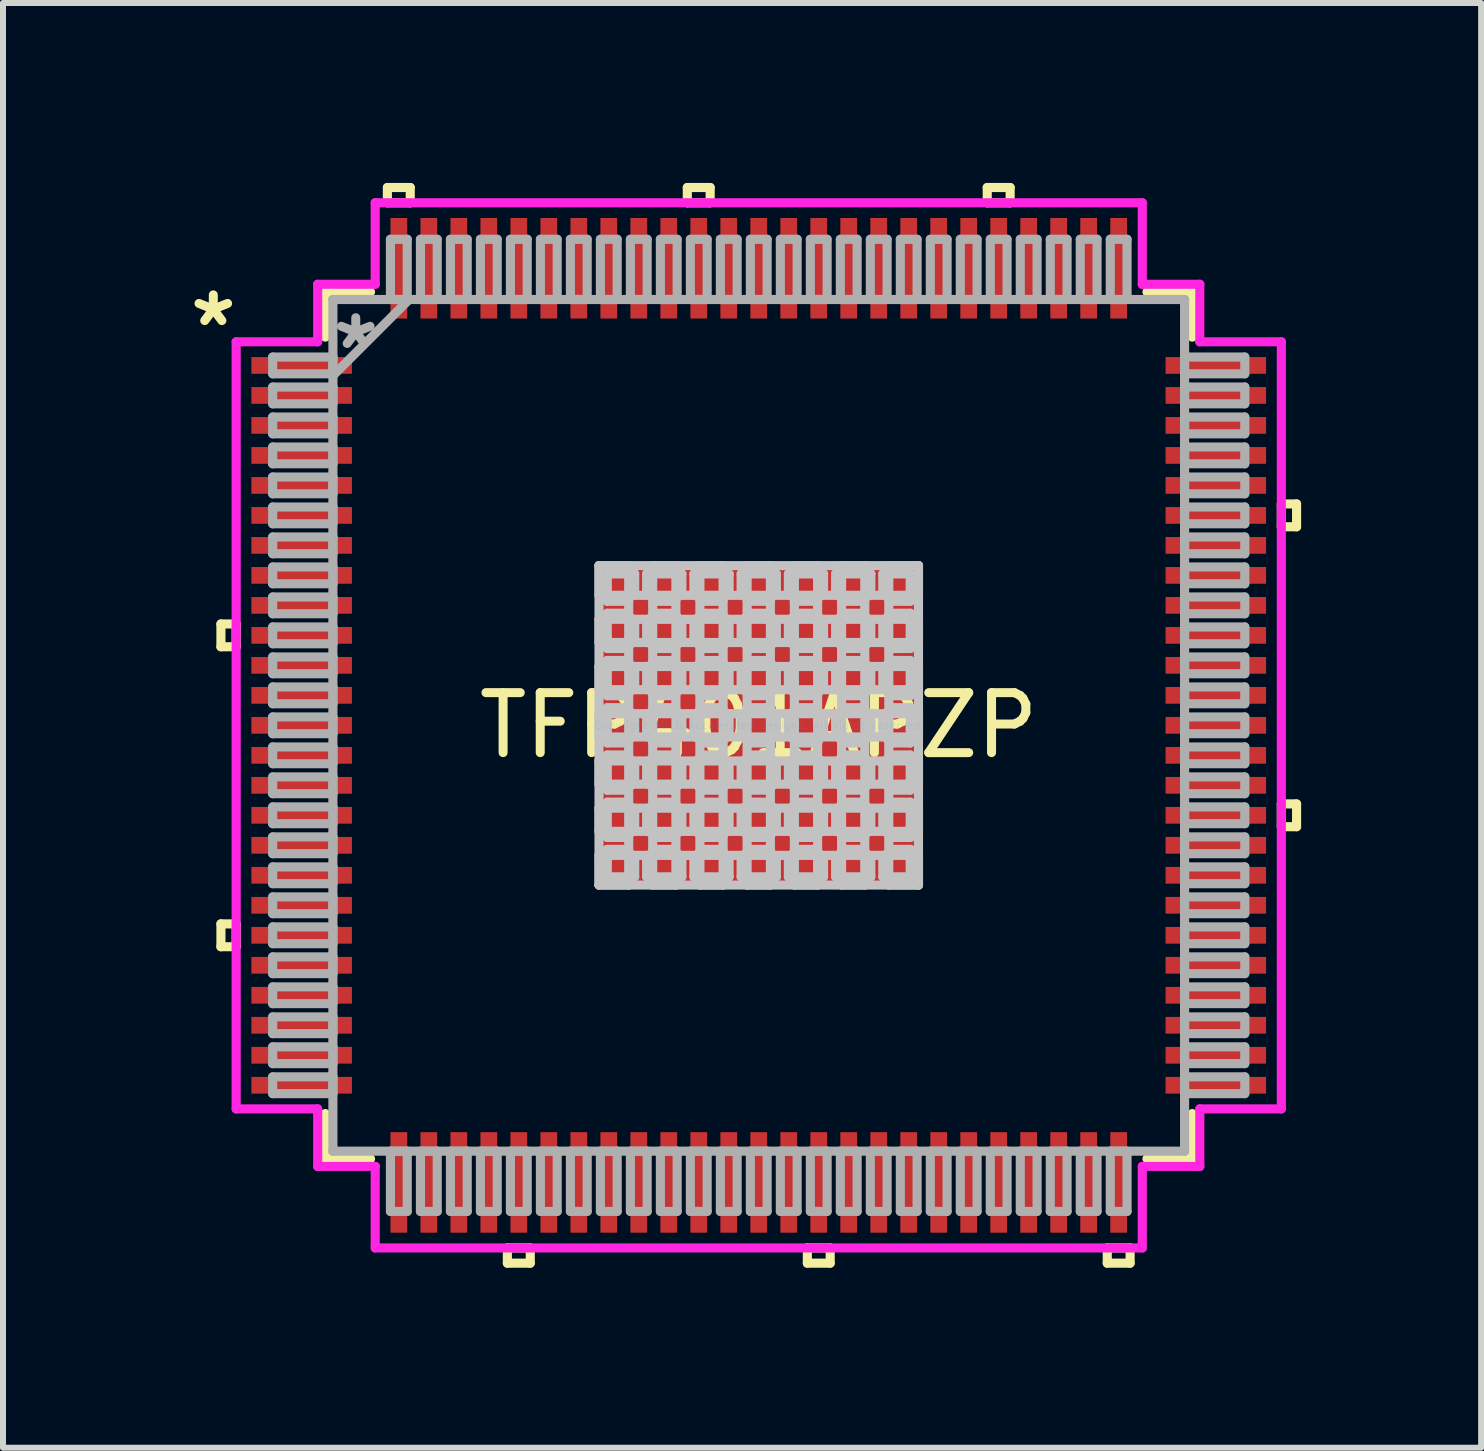
<source format=kicad_pcb>
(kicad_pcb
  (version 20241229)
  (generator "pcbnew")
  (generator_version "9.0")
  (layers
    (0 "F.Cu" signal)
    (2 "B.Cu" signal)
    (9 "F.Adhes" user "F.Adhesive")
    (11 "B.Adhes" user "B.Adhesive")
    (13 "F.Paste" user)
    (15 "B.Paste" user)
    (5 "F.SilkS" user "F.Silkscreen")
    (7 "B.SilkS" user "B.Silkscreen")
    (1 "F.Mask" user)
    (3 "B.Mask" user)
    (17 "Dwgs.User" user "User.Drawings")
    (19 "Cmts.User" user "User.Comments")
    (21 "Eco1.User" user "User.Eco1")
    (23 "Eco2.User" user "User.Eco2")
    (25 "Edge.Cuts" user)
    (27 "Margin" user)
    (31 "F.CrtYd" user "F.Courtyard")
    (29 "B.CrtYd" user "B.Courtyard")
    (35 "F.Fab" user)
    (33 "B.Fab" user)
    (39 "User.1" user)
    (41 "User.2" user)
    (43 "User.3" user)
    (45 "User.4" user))
  (footprint "TFP401APZP"
    (layer "F.Cu")
    (at 9.599 9.042)
    (property "Reference" "TFP401APZP" (at 0 0 0) (layer "F.SilkS") (effects (font (size 1 1) (thickness 0.15))))
    (attr through_hole)
    (fp_line (start -8.966 -1.69) (end -8.966 -1.31) (stroke (width 0.152) (type solid)) (layer "F.SilkS"))
    (fp_line (start -8.966 -1.31) (end -8.712 -1.31) (stroke (width 0.152) (type solid)) (layer "F.SilkS"))
    (fp_line (start -8.966 3.31) (end -8.966 3.691) (stroke (width 0.152) (type solid)) (layer "F.SilkS"))
    (fp_line (start -8.966 3.691) (end -8.712 3.691) (stroke (width 0.152) (type solid)) (layer "F.SilkS"))
    (fp_line (start -8.712 -1.69) (end -8.966 -1.69) (stroke (width 0.152) (type solid)) (layer "F.SilkS"))
    (fp_line (start -8.712 -1.31) (end -8.712 -1.69) (stroke (width 0.152) (type solid)) (layer "F.SilkS"))
    (fp_line (start -8.712 3.31) (end -8.966 3.31) (stroke (width 0.152) (type solid)) (layer "F.SilkS"))
    (fp_line (start -8.712 3.691) (end -8.712 3.31) (stroke (width 0.152) (type solid)) (layer "F.SilkS"))
    (fp_line (start -7.226 -7.226) (end -7.226 -6.472) (stroke (width 0.152) (type solid)) (layer "F.SilkS"))
    (fp_line (start -7.226 6.472) (end -7.226 7.226) (stroke (width 0.152) (type solid)) (layer "F.SilkS"))
    (fp_line (start -7.226 7.226) (end -6.472 7.226) (stroke (width 0.152) (type solid)) (layer "F.SilkS"))
    (fp_line (start -6.472 -7.226) (end -7.226 -7.226) (stroke (width 0.152) (type solid)) (layer "F.SilkS"))
    (fp_line (start -6.191 -8.966) (end -5.81 -8.966) (stroke (width 0.152) (type solid)) (layer "F.SilkS"))
    (fp_line (start -6.191 -8.712) (end -6.191 -8.966) (stroke (width 0.152) (type solid)) (layer "F.SilkS"))
    (fp_line (start -5.81 -8.966) (end -5.81 -8.712) (stroke (width 0.152) (type solid)) (layer "F.SilkS"))
    (fp_line (start -5.81 -8.712) (end -6.191 -8.712) (stroke (width 0.152) (type solid)) (layer "F.SilkS"))
    (fp_line (start -4.191 8.712) (end -4.191 8.966) (stroke (width 0.152) (type solid)) (layer "F.SilkS"))
    (fp_line (start -4.191 8.966) (end -3.809 8.966) (stroke (width 0.152) (type solid)) (layer "F.SilkS"))
    (fp_line (start -3.809 8.712) (end -4.191 8.712) (stroke (width 0.152) (type solid)) (layer "F.SilkS"))
    (fp_line (start -3.809 8.966) (end -3.809 8.712) (stroke (width 0.152) (type solid)) (layer "F.SilkS"))
    (fp_line (start -1.191 -8.966) (end -0.81 -8.966) (stroke (width 0.152) (type solid)) (layer "F.SilkS"))
    (fp_line (start -1.191 -8.712) (end -1.191 -8.966) (stroke (width 0.152) (type solid)) (layer "F.SilkS"))
    (fp_line (start -0.81 -8.966) (end -0.81 -8.712) (stroke (width 0.152) (type solid)) (layer "F.SilkS"))
    (fp_line (start -0.81 -8.712) (end -1.191 -8.712) (stroke (width 0.152) (type solid)) (layer "F.SilkS"))
    (fp_line (start 0.81 8.712) (end 0.81 8.966) (stroke (width 0.152) (type solid)) (layer "F.SilkS"))
    (fp_line (start 0.81 8.966) (end 1.191 8.966) (stroke (width 0.152) (type solid)) (layer "F.SilkS"))
    (fp_line (start 1.191 8.712) (end 0.81 8.712) (stroke (width 0.152) (type solid)) (layer "F.SilkS"))
    (fp_line (start 1.191 8.966) (end 1.191 8.712) (stroke (width 0.152) (type solid)) (layer "F.SilkS"))
    (fp_line (start 3.809 -8.966) (end 4.191 -8.966) (stroke (width 0.152) (type solid)) (layer "F.SilkS"))
    (fp_line (start 3.809 -8.712) (end 3.809 -8.966) (stroke (width 0.152) (type solid)) (layer "F.SilkS"))
    (fp_line (start 4.191 -8.966) (end 4.191 -8.712) (stroke (width 0.152) (type solid)) (layer "F.SilkS"))
    (fp_line (start 4.191 -8.712) (end 3.809 -8.712) (stroke (width 0.152) (type solid)) (layer "F.SilkS"))
    (fp_line (start 5.81 8.712) (end 5.81 8.966) (stroke (width 0.152) (type solid)) (layer "F.SilkS"))
    (fp_line (start 5.81 8.966) (end 6.191 8.966) (stroke (width 0.152) (type solid)) (layer "F.SilkS"))
    (fp_line (start 6.191 8.712) (end 5.81 8.712) (stroke (width 0.152) (type solid)) (layer "F.SilkS"))
    (fp_line (start 6.191 8.966) (end 6.191 8.712) (stroke (width 0.152) (type solid)) (layer "F.SilkS"))
    (fp_line (start 6.472 7.226) (end 7.226 7.226) (stroke (width 0.152) (type solid)) (layer "F.SilkS"))
    (fp_line (start 7.226 -7.226) (end 6.472 -7.226) (stroke (width 0.152) (type solid)) (layer "F.SilkS"))
    (fp_line (start 7.226 -6.472) (end 7.226 -7.226) (stroke (width 0.152) (type solid)) (layer "F.SilkS"))
    (fp_line (start 7.226 7.226) (end 7.226 6.472) (stroke (width 0.152) (type solid)) (layer "F.SilkS"))
    (fp_line (start 8.712 -3.691) (end 8.966 -3.691) (stroke (width 0.152) (type solid)) (layer "F.SilkS"))
    (fp_line (start 8.712 -3.31) (end 8.712 -3.691) (stroke (width 0.152) (type solid)) (layer "F.SilkS"))
    (fp_line (start 8.712 1.31) (end 8.966 1.31) (stroke (width 0.152) (type solid)) (layer "F.SilkS"))
    (fp_line (start 8.712 1.69) (end 8.712 1.31) (stroke (width 0.152) (type solid)) (layer "F.SilkS"))
    (fp_line (start 8.966 -3.691) (end 8.966 -3.31) (stroke (width 0.152) (type solid)) (layer "F.SilkS"))
    (fp_line (start 8.966 -3.31) (end 8.712 -3.31) (stroke (width 0.152) (type solid)) (layer "F.SilkS"))
    (fp_line (start 8.966 1.31) (end 8.966 1.69) (stroke (width 0.152) (type solid)) (layer "F.SilkS"))
    (fp_line (start 8.966 1.69) (end 8.712 1.69) (stroke (width 0.152) (type solid)) (layer "F.SilkS"))
    (fp_line (start -2.663 -2.663) (end -2.168 -2.663) (stroke (width 0.152) (type solid)) (layer "Dwgs.User"))
    (fp_line (start -2.663 -2.663) (end 2.663 -2.663) (stroke (width 0.152) (type solid)) (layer "Dwgs.User"))
    (fp_line (start -2.663 -2.168) (end -2.663 -2.663) (stroke (width 0.152) (type solid)) (layer "Dwgs.User"))
    (fp_line (start -2.663 -1.768) (end 2.663 -1.768) (stroke (width 0.152) (type solid)) (layer "Dwgs.User"))
    (fp_line (start -2.663 -1.381) (end -2.663 -1.768) (stroke (width 0.152) (type solid)) (layer "Dwgs.User"))
    (fp_line (start -2.663 -0.981) (end 2.663 -0.981) (stroke (width 0.152) (type solid)) (layer "Dwgs.User"))
    (fp_line (start -2.663 -0.594) (end -2.663 -0.981) (stroke (width 0.152) (type solid)) (layer "Dwgs.User"))
    (fp_line (start -2.663 -0.194) (end 2.663 -0.194) (stroke (width 0.152) (type solid)) (layer "Dwgs.User"))
    (fp_line (start -2.663 0.194) (end -2.663 -0.194) (stroke (width 0.152) (type solid)) (layer "Dwgs.User"))
    (fp_line (start -2.663 0.594) (end 2.663 0.594) (stroke (width 0.152) (type solid)) (layer "Dwgs.User"))
    (fp_line (start -2.663 0.981) (end -2.663 0.594) (stroke (width 0.152) (type solid)) (layer "Dwgs.User"))
    (fp_line (start -2.663 1.381) (end 2.663 1.381) (stroke (width 0.152) (type solid)) (layer "Dwgs.User"))
    (fp_line (start -2.663 1.768) (end -2.663 1.381) (stroke (width 0.152) (type solid)) (layer "Dwgs.User"))
    (fp_line (start -2.663 2.168) (end 2.663 2.168) (stroke (width 0.152) (type solid)) (layer "Dwgs.User"))
    (fp_line (start -2.663 2.663) (end -2.663 -2.663) (stroke (width 0.152) (type solid)) (layer "Dwgs.User"))
    (fp_line (start -2.663 2.663) (end -2.663 2.168) (stroke (width 0.152) (type solid)) (layer "Dwgs.User"))
    (fp_line (start -2.525 -2.525) (end -2.525 -2.068) (stroke (width 0.152) (type solid)) (layer "Dwgs.User"))
    (fp_line (start -2.525 -2.068) (end -2.21 -2.068) (stroke (width 0.152) (type solid)) (layer "Dwgs.User"))
    (fp_line (start -2.525 -1.869) (end -2.525 -1.281) (stroke (width 0.152) (type solid)) (layer "Dwgs.User"))
    (fp_line (start -2.525 -1.281) (end -2.21 -1.281) (stroke (width 0.152) (type solid)) (layer "Dwgs.User"))
    (fp_line (start -2.525 -1.081) (end -2.525 -0.494) (stroke (width 0.152) (type solid)) (layer "Dwgs.User"))
    (fp_line (start -2.525 -0.494) (end -2.21 -0.494) (stroke (width 0.152) (type solid)) (layer "Dwgs.User"))
    (fp_line (start -2.525 -0.294) (end -2.525 0.294) (stroke (width 0.152) (type solid)) (layer "Dwgs.User"))
    (fp_line (start -2.525 0.294) (end -2.21 0.294) (stroke (width 0.152) (type solid)) (layer "Dwgs.User"))
    (fp_line (start -2.525 0.494) (end -2.525 1.081) (stroke (width 0.152) (type solid)) (layer "Dwgs.User"))
    (fp_line (start -2.525 1.081) (end -2.21 1.081) (stroke (width 0.152) (type solid)) (layer "Dwgs.User"))
    (fp_line (start -2.525 1.281) (end -2.525 1.869) (stroke (width 0.152) (type solid)) (layer "Dwgs.User"))
    (fp_line (start -2.525 1.869) (end -2.21 1.869) (stroke (width 0.152) (type solid)) (layer "Dwgs.User"))
    (fp_line (start -2.525 2.068) (end -2.525 2.525) (stroke (width 0.152) (type solid)) (layer "Dwgs.User"))
    (fp_line (start -2.525 2.525) (end -2.068 2.525) (stroke (width 0.152) (type solid)) (layer "Dwgs.User"))
    (fp_line (start -2.21 -2.068) (end -2.21 -2.068) (stroke (width 0.152) (type solid)) (layer "Dwgs.User"))
    (fp_line (start -2.21 -2.068) (end -2.068 -2.21) (stroke (width 0.152) (type solid)) (layer "Dwgs.User"))
    (fp_line (start -2.21 -1.869) (end -2.525 -1.869) (stroke (width 0.152) (type solid)) (layer "Dwgs.User"))
    (fp_line (start -2.21 -1.869) (end -2.21 -1.869) (stroke (width 0.152) (type solid)) (layer "Dwgs.User"))
    (fp_line (start -2.21 -1.281) (end -2.21 -1.281) (stroke (width 0.152) (type solid)) (layer "Dwgs.User"))
    (fp_line (start -2.21 -1.281) (end -2.068 -1.423) (stroke (width 0.152) (type solid)) (layer "Dwgs.User"))
    (fp_line (start -2.21 -1.081) (end -2.525 -1.081) (stroke (width 0.152) (type solid)) (layer "Dwgs.User"))
    (fp_line (start -2.21 -1.081) (end -2.21 -1.081) (stroke (width 0.152) (type solid)) (layer "Dwgs.User"))
    (fp_line (start -2.21 -0.494) (end -2.21 -0.494) (stroke (width 0.152) (type solid)) (layer "Dwgs.User"))
    (fp_line (start -2.21 -0.494) (end -2.068 -0.635) (stroke (width 0.152) (type solid)) (layer "Dwgs.User"))
    (fp_line (start -2.21 -0.294) (end -2.525 -0.294) (stroke (width 0.152) (type solid)) (layer "Dwgs.User"))
    (fp_line (start -2.21 -0.294) (end -2.21 -0.294) (stroke (width 0.152) (type solid)) (layer "Dwgs.User"))
    (fp_line (start -2.21 0.294) (end -2.21 0.294) (stroke (width 0.152) (type solid)) (layer "Dwgs.User"))
    (fp_line (start -2.21 0.294) (end -2.068 0.152) (stroke (width 0.152) (type solid)) (layer "Dwgs.User"))
    (fp_line (start -2.21 0.494) (end -2.525 0.494) (stroke (width 0.152) (type solid)) (layer "Dwgs.User"))
    (fp_line (start -2.21 0.494) (end -2.21 0.494) (stroke (width 0.152) (type solid)) (layer "Dwgs.User"))
    (fp_line (start -2.21 1.081) (end -2.21 1.081) (stroke (width 0.152) (type solid)) (layer "Dwgs.User"))
    (fp_line (start -2.21 1.081) (end -2.068 0.94) (stroke (width 0.152) (type solid)) (layer "Dwgs.User"))
    (fp_line (start -2.21 1.281) (end -2.525 1.281) (stroke (width 0.152) (type solid)) (layer "Dwgs.User"))
    (fp_line (start -2.21 1.281) (end -2.21 1.281) (stroke (width 0.152) (type solid)) (layer "Dwgs.User"))
    (fp_line (start -2.21 1.869) (end -2.21 1.869) (stroke (width 0.152) (type solid)) (layer "Dwgs.User"))
    (fp_line (start -2.21 1.869) (end -2.068 1.727) (stroke (width 0.152) (type solid)) (layer "Dwgs.User"))
    (fp_line (start -2.21 2.068) (end -2.525 2.068) (stroke (width 0.152) (type solid)) (layer "Dwgs.User"))
    (fp_line (start -2.21 2.068) (end -2.21 2.068) (stroke (width 0.152) (type solid)) (layer "Dwgs.User"))
    (fp_line (start -2.168 -2.663) (end -2.168 2.663) (stroke (width 0.152) (type solid)) (layer "Dwgs.User"))
    (fp_line (start -2.168 2.663) (end -2.663 2.663) (stroke (width 0.152) (type solid)) (layer "Dwgs.User"))
    (fp_line (start -2.068 -2.525) (end -2.525 -2.525) (stroke (width 0.152) (type solid)) (layer "Dwgs.User"))
    (fp_line (start -2.068 -2.21) (end -2.068 -2.525) (stroke (width 0.152) (type solid)) (layer "Dwgs.User"))
    (fp_line (start -2.068 -2.21) (end -2.068 -2.21) (stroke (width 0.152) (type solid)) (layer "Dwgs.User"))
    (fp_line (start -2.068 -1.727) (end -2.21 -1.869) (stroke (width 0.152) (type solid)) (layer "Dwgs.User"))
    (fp_line (start -2.068 -1.727) (end -2.068 -1.727) (stroke (width 0.152) (type solid)) (layer "Dwgs.User"))
    (fp_line (start -2.068 -1.423) (end -2.068 -1.727) (stroke (width 0.152) (type solid)) (layer "Dwgs.User"))
    (fp_line (start -2.068 -1.423) (end -2.068 -1.423) (stroke (width 0.152) (type solid)) (layer "Dwgs.User"))
    (fp_line (start -2.068 -0.94) (end -2.21 -1.081) (stroke (width 0.152) (type solid)) (layer "Dwgs.User"))
    (fp_line (start -2.068 -0.94) (end -2.068 -0.94) (stroke (width 0.152) (type solid)) (layer "Dwgs.User"))
    (fp_line (start -2.068 -0.635) (end -2.068 -0.94) (stroke (width 0.152) (type solid)) (layer "Dwgs.User"))
    (fp_line (start -2.068 -0.635) (end -2.068 -0.635) (stroke (width 0.152) (type solid)) (layer "Dwgs.User"))
    (fp_line (start -2.068 -0.152) (end -2.21 -0.294) (stroke (width 0.152) (type solid)) (layer "Dwgs.User"))
    (fp_line (start -2.068 -0.152) (end -2.068 -0.152) (stroke (width 0.152) (type solid)) (layer "Dwgs.User"))
    (fp_line (start -2.068 0.152) (end -2.068 -0.152) (stroke (width 0.152) (type solid)) (layer "Dwgs.User"))
    (fp_line (start -2.068 0.152) (end -2.068 0.152) (stroke (width 0.152) (type solid)) (layer "Dwgs.User"))
    (fp_line (start -2.068 0.635) (end -2.21 0.494) (stroke (width 0.152) (type solid)) (layer "Dwgs.User"))
    (fp_line (start -2.068 0.635) (end -2.068 0.635) (stroke (width 0.152) (type solid)) (layer "Dwgs.User"))
    (fp_line (start -2.068 0.94) (end -2.068 0.635) (stroke (width 0.152) (type solid)) (layer "Dwgs.User"))
    (fp_line (start -2.068 0.94) (end -2.068 0.94) (stroke (width 0.152) (type solid)) (layer "Dwgs.User"))
    (fp_line (start -2.068 1.423) (end -2.21 1.281) (stroke (width 0.152) (type solid)) (layer "Dwgs.User"))
    (fp_line (start -2.068 1.423) (end -2.068 1.423) (stroke (width 0.152) (type solid)) (layer "Dwgs.User"))
    (fp_line (start -2.068 1.727) (end -2.068 1.423) (stroke (width 0.152) (type solid)) (layer "Dwgs.User"))
    (fp_line (start -2.068 1.727) (end -2.068 1.727) (stroke (width 0.152) (type solid)) (layer "Dwgs.User"))
    (fp_line (start -2.068 2.21) (end -2.21 2.068) (stroke (width 0.152) (type solid)) (layer "Dwgs.User"))
    (fp_line (start -2.068 2.21) (end -2.068 2.21) (stroke (width 0.152) (type solid)) (layer "Dwgs.User"))
    (fp_line (start -2.068 2.525) (end -2.068 2.21) (stroke (width 0.152) (type solid)) (layer "Dwgs.User"))
    (fp_line (start -1.869 -2.525) (end -1.869 -2.21) (stroke (width 0.152) (type solid)) (layer "Dwgs.User"))
    (fp_line (start -1.869 -2.21) (end -1.869 -2.21) (stroke (width 0.152) (type solid)) (layer "Dwgs.User"))
    (fp_line (start -1.869 -2.21) (end -1.727 -2.068) (stroke (width 0.152) (type solid)) (layer "Dwgs.User"))
    (fp_line (start -1.869 -1.727) (end -1.869 -1.727) (stroke (width 0.152) (type solid)) (layer "Dwgs.User"))
    (fp_line (start -1.869 -1.727) (end -1.869 -1.423) (stroke (width 0.152) (type solid)) (layer "Dwgs.User"))
    (fp_line (start -1.869 -1.423) (end -1.869 -1.423) (stroke (width 0.152) (type solid)) (layer "Dwgs.User"))
    (fp_line (start -1.869 -1.423) (end -1.727 -1.281) (stroke (width 0.152) (type solid)) (layer "Dwgs.User"))
    (fp_line (start -1.869 -0.94) (end -1.869 -0.94) (stroke (width 0.152) (type solid)) (layer "Dwgs.User"))
    (fp_line (start -1.869 -0.94) (end -1.869 -0.635) (stroke (width 0.152) (type solid)) (layer "Dwgs.User"))
    (fp_line (start -1.869 -0.635) (end -1.869 -0.635) (stroke (width 0.152) (type solid)) (layer "Dwgs.User"))
    (fp_line (start -1.869 -0.635) (end -1.727 -0.494) (stroke (width 0.152) (type solid)) (layer "Dwgs.User"))
    (fp_line (start -1.869 -0.152) (end -1.869 -0.152) (stroke (width 0.152) (type solid)) (layer "Dwgs.User"))
    (fp_line (start -1.869 -0.152) (end -1.869 0.152) (stroke (width 0.152) (type solid)) (layer "Dwgs.User"))
    (fp_line (start -1.869 0.152) (end -1.869 0.152) (stroke (width 0.152) (type solid)) (layer "Dwgs.User"))
    (fp_line (start -1.869 0.152) (end -1.727 0.294) (stroke (width 0.152) (type solid)) (layer "Dwgs.User"))
    (fp_line (start -1.869 0.635) (end -1.869 0.635) (stroke (width 0.152) (type solid)) (layer "Dwgs.User"))
    (fp_line (start -1.869 0.635) (end -1.869 0.94) (stroke (width 0.152) (type solid)) (layer "Dwgs.User"))
    (fp_line (start -1.869 0.94) (end -1.869 0.94) (stroke (width 0.152) (type solid)) (layer "Dwgs.User"))
    (fp_line (start -1.869 0.94) (end -1.727 1.081) (stroke (width 0.152) (type solid)) (layer "Dwgs.User"))
    (fp_line (start -1.869 1.423) (end -1.869 1.423) (stroke (width 0.152) (type solid)) (layer "Dwgs.User"))
    (fp_line (start -1.869 1.423) (end -1.869 1.727) (stroke (width 0.152) (type solid)) (layer "Dwgs.User"))
    (fp_line (start -1.869 1.727) (end -1.869 1.727) (stroke (width 0.152) (type solid)) (layer "Dwgs.User"))
    (fp_line (start -1.869 1.727) (end -1.727 1.869) (stroke (width 0.152) (type solid)) (layer "Dwgs.User"))
    (fp_line (start -1.869 2.21) (end -1.869 2.21) (stroke (width 0.152) (type solid)) (layer "Dwgs.User"))
    (fp_line (start -1.869 2.21) (end -1.869 2.525) (stroke (width 0.152) (type solid)) (layer "Dwgs.User"))
    (fp_line (start -1.869 2.525) (end -1.281 2.525) (stroke (width 0.152) (type solid)) (layer "Dwgs.User"))
    (fp_line (start -1.768 -2.663) (end -1.768 2.663) (stroke (width 0.152) (type solid)) (layer "Dwgs.User"))
    (fp_line (start -1.768 2.663) (end -1.381 2.663) (stroke (width 0.152) (type solid)) (layer "Dwgs.User"))
    (fp_line (start -1.727 -2.068) (end -1.727 -2.068) (stroke (width 0.152) (type solid)) (layer "Dwgs.User"))
    (fp_line (start -1.727 -2.068) (end -1.423 -2.068) (stroke (width 0.152) (type solid)) (layer "Dwgs.User"))
    (fp_line (start -1.727 -1.869) (end -1.869 -1.727) (stroke (width 0.152) (type solid)) (layer "Dwgs.User"))
    (fp_line (start -1.727 -1.869) (end -1.727 -1.869) (stroke (width 0.152) (type solid)) (layer "Dwgs.User"))
    (fp_line (start -1.727 -1.281) (end -1.727 -1.281) (stroke (width 0.152) (type solid)) (layer "Dwgs.User"))
    (fp_line (start -1.727 -1.281) (end -1.423 -1.281) (stroke (width 0.152) (type solid)) (layer "Dwgs.User"))
    (fp_line (start -1.727 -1.081) (end -1.869 -0.94) (stroke (width 0.152) (type solid)) (layer "Dwgs.User"))
    (fp_line (start -1.727 -1.081) (end -1.727 -1.081) (stroke (width 0.152) (type solid)) (layer "Dwgs.User"))
    (fp_line (start -1.727 -0.494) (end -1.727 -0.494) (stroke (width 0.152) (type solid)) (layer "Dwgs.User"))
    (fp_line (start -1.727 -0.494) (end -1.423 -0.494) (stroke (width 0.152) (type solid)) (layer "Dwgs.User"))
    (fp_line (start -1.727 -0.294) (end -1.869 -0.152) (stroke (width 0.152) (type solid)) (layer "Dwgs.User"))
    (fp_line (start -1.727 -0.294) (end -1.727 -0.294) (stroke (width 0.152) (type solid)) (layer "Dwgs.User"))
    (fp_line (start -1.727 0.294) (end -1.727 0.294) (stroke (width 0.152) (type solid)) (layer "Dwgs.User"))
    (fp_line (start -1.727 0.294) (end -1.423 0.294) (stroke (width 0.152) (type solid)) (layer "Dwgs.User"))
    (fp_line (start -1.727 0.494) (end -1.869 0.635) (stroke (width 0.152) (type solid)) (layer "Dwgs.User"))
    (fp_line (start -1.727 0.494) (end -1.727 0.494) (stroke (width 0.152) (type solid)) (layer "Dwgs.User"))
    (fp_line (start -1.727 1.081) (end -1.727 1.081) (stroke (width 0.152) (type solid)) (layer "Dwgs.User"))
    (fp_line (start -1.727 1.081) (end -1.423 1.081) (stroke (width 0.152) (type solid)) (layer "Dwgs.User"))
    (fp_line (start -1.727 1.281) (end -1.869 1.423) (stroke (width 0.152) (type solid)) (layer "Dwgs.User"))
    (fp_line (start -1.727 1.281) (end -1.727 1.281) (stroke (width 0.152) (type solid)) (layer "Dwgs.User"))
    (fp_line (start -1.727 1.869) (end -1.727 1.869) (stroke (width 0.152) (type solid)) (layer "Dwgs.User"))
    (fp_line (start -1.727 1.869) (end -1.423 1.869) (stroke (width 0.152) (type solid)) (layer "Dwgs.User"))
    (fp_line (start -1.727 2.068) (end -1.869 2.21) (stroke (width 0.152) (type solid)) (layer "Dwgs.User"))
    (fp_line (start -1.727 2.068) (end -1.727 2.068) (stroke (width 0.152) (type solid)) (layer "Dwgs.User"))
    (fp_line (start -1.423 -2.068) (end -1.423 -2.068) (stroke (width 0.152) (type solid)) (layer "Dwgs.User"))
    (fp_line (start -1.423 -2.068) (end -1.281 -2.21) (stroke (width 0.152) (type solid)) (layer "Dwgs.User"))
    (fp_line (start -1.423 -1.869) (end -1.727 -1.869) (stroke (width 0.152) (type solid)) (layer "Dwgs.User"))
    (fp_line (start -1.423 -1.869) (end -1.423 -1.869) (stroke (width 0.152) (type solid)) (layer "Dwgs.User"))
    (fp_line (start -1.423 -1.281) (end -1.423 -1.281) (stroke (width 0.152) (type solid)) (layer "Dwgs.User"))
    (fp_line (start -1.423 -1.281) (end -1.281 -1.423) (stroke (width 0.152) (type solid)) (layer "Dwgs.User"))
    (fp_line (start -1.423 -1.081) (end -1.727 -1.081) (stroke (width 0.152) (type solid)) (layer "Dwgs.User"))
    (fp_line (start -1.423 -1.081) (end -1.423 -1.081) (stroke (width 0.152) (type solid)) (layer "Dwgs.User"))
    (fp_line (start -1.423 -0.494) (end -1.423 -0.494) (stroke (width 0.152) (type solid)) (layer "Dwgs.User"))
    (fp_line (start -1.423 -0.494) (end -1.281 -0.635) (stroke (width 0.152) (type solid)) (layer "Dwgs.User"))
    (fp_line (start -1.423 -0.294) (end -1.727 -0.294) (stroke (width 0.152) (type solid)) (layer "Dwgs.User"))
    (fp_line (start -1.423 -0.294) (end -1.423 -0.294) (stroke (width 0.152) (type solid)) (layer "Dwgs.User"))
    (fp_line (start -1.423 0.294) (end -1.423 0.294) (stroke (width 0.152) (type solid)) (layer "Dwgs.User"))
    (fp_line (start -1.423 0.294) (end -1.281 0.152) (stroke (width 0.152) (type solid)) (layer "Dwgs.User"))
    (fp_line (start -1.423 0.494) (end -1.727 0.494) (stroke (width 0.152) (type solid)) (layer "Dwgs.User"))
    (fp_line (start -1.423 0.494) (end -1.423 0.494) (stroke (width 0.152) (type solid)) (layer "Dwgs.User"))
    (fp_line (start -1.423 1.081) (end -1.423 1.081) (stroke (width 0.152) (type solid)) (layer "Dwgs.User"))
    (fp_line (start -1.423 1.081) (end -1.281 0.94) (stroke (width 0.152) (type solid)) (layer "Dwgs.User"))
    (fp_line (start -1.423 1.281) (end -1.727 1.281) (stroke (width 0.152) (type solid)) (layer "Dwgs.User"))
    (fp_line (start -1.423 1.281) (end -1.423 1.281) (stroke (width 0.152) (type solid)) (layer "Dwgs.User"))
    (fp_line (start -1.423 1.869) (end -1.423 1.869) (stroke (width 0.152) (type solid)) (layer "Dwgs.User"))
    (fp_line (start -1.423 1.869) (end -1.281 1.727) (stroke (width 0.152) (type solid)) (layer "Dwgs.User"))
    (fp_line (start -1.423 2.068) (end -1.727 2.068) (stroke (width 0.152) (type solid)) (layer "Dwgs.User"))
    (fp_line (start -1.423 2.068) (end -1.423 2.068) (stroke (width 0.152) (type solid)) (layer "Dwgs.User"))
    (fp_line (start -1.381 -2.663) (end -1.768 -2.663) (stroke (width 0.152) (type solid)) (layer "Dwgs.User"))
    (fp_line (start -1.381 2.663) (end -1.381 -2.663) (stroke (width 0.152) (type solid)) (layer "Dwgs.User"))
    (fp_line (start -1.281 -2.525) (end -1.869 -2.525) (stroke (width 0.152) (type solid)) (layer "Dwgs.User"))
    (fp_line (start -1.281 -2.21) (end -1.281 -2.525) (stroke (width 0.152) (type solid)) (layer "Dwgs.User"))
    (fp_line (start -1.281 -2.21) (end -1.281 -2.21) (stroke (width 0.152) (type solid)) (layer "Dwgs.User"))
    (fp_line (start -1.281 -1.727) (end -1.423 -1.869) (stroke (width 0.152) (type solid)) (layer "Dwgs.User"))
    (fp_line (start -1.281 -1.727) (end -1.281 -1.727) (stroke (width 0.152) (type solid)) (layer "Dwgs.User"))
    (fp_line (start -1.281 -1.423) (end -1.281 -1.727) (stroke (width 0.152) (type solid)) (layer "Dwgs.User"))
    (fp_line (start -1.281 -1.423) (end -1.281 -1.423) (stroke (width 0.152) (type solid)) (layer "Dwgs.User"))
    (fp_line (start -1.281 -0.94) (end -1.423 -1.081) (stroke (width 0.152) (type solid)) (layer "Dwgs.User"))
    (fp_line (start -1.281 -0.94) (end -1.281 -0.94) (stroke (width 0.152) (type solid)) (layer "Dwgs.User"))
    (fp_line (start -1.281 -0.635) (end -1.281 -0.94) (stroke (width 0.152) (type solid)) (layer "Dwgs.User"))
    (fp_line (start -1.281 -0.635) (end -1.281 -0.635) (stroke (width 0.152) (type solid)) (layer "Dwgs.User"))
    (fp_line (start -1.281 -0.152) (end -1.423 -0.294) (stroke (width 0.152) (type solid)) (layer "Dwgs.User"))
    (fp_line (start -1.281 -0.152) (end -1.281 -0.152) (stroke (width 0.152) (type solid)) (layer "Dwgs.User"))
    (fp_line (start -1.281 0.152) (end -1.281 -0.152) (stroke (width 0.152) (type solid)) (layer "Dwgs.User"))
    (fp_line (start -1.281 0.152) (end -1.281 0.152) (stroke (width 0.152) (type solid)) (layer "Dwgs.User"))
    (fp_line (start -1.281 0.635) (end -1.423 0.494) (stroke (width 0.152) (type solid)) (layer "Dwgs.User"))
    (fp_line (start -1.281 0.635) (end -1.281 0.635) (stroke (width 0.152) (type solid)) (layer "Dwgs.User"))
    (fp_line (start -1.281 0.94) (end -1.281 0.635) (stroke (width 0.152) (type solid)) (layer "Dwgs.User"))
    (fp_line (start -1.281 0.94) (end -1.281 0.94) (stroke (width 0.152) (type solid)) (layer "Dwgs.User"))
    (fp_line (start -1.281 1.423) (end -1.423 1.281) (stroke (width 0.152) (type solid)) (layer "Dwgs.User"))
    (fp_line (start -1.281 1.423) (end -1.281 1.423) (stroke (width 0.152) (type solid)) (layer "Dwgs.User"))
    (fp_line (start -1.281 1.727) (end -1.281 1.423) (stroke (width 0.152) (type solid)) (layer "Dwgs.User"))
    (fp_line (start -1.281 1.727) (end -1.281 1.727) (stroke (width 0.152) (type solid)) (layer "Dwgs.User"))
    (fp_line (start -1.281 2.21) (end -1.423 2.068) (stroke (width 0.152) (type solid)) (layer "Dwgs.User"))
    (fp_line (start -1.281 2.21) (end -1.281 2.21) (stroke (width 0.152) (type solid)) (layer "Dwgs.User"))
    (fp_line (start -1.281 2.525) (end -1.281 2.21) (stroke (width 0.152) (type solid)) (layer "Dwgs.User"))
    (fp_line (start -1.081 -2.525) (end -1.081 -2.21) (stroke (width 0.152) (type solid)) (layer "Dwgs.User"))
    (fp_line (start -1.081 -2.21) (end -1.081 -2.21) (stroke (width 0.152) (type solid)) (layer "Dwgs.User"))
    (fp_line (start -1.081 -2.21) (end -0.94 -2.068) (stroke (width 0.152) (type solid)) (layer "Dwgs.User"))
    (fp_line (start -1.081 -1.727) (end -1.081 -1.727) (stroke (width 0.152) (type solid)) (layer "Dwgs.User"))
    (fp_line (start -1.081 -1.727) (end -1.081 -1.423) (stroke (width 0.152) (type solid)) (layer "Dwgs.User"))
    (fp_line (start -1.081 -1.423) (end -1.081 -1.423) (stroke (width 0.152) (type solid)) (layer "Dwgs.User"))
    (fp_line (start -1.081 -1.423) (end -0.94 -1.281) (stroke (width 0.152) (type solid)) (layer "Dwgs.User"))
    (fp_line (start -1.081 -0.94) (end -1.081 -0.94) (stroke (width 0.152) (type solid)) (layer "Dwgs.User"))
    (fp_line (start -1.081 -0.94) (end -1.081 -0.635) (stroke (width 0.152) (type solid)) (layer "Dwgs.User"))
    (fp_line (start -1.081 -0.635) (end -1.081 -0.635) (stroke (width 0.152) (type solid)) (layer "Dwgs.User"))
    (fp_line (start -1.081 -0.635) (end -0.94 -0.494) (stroke (width 0.152) (type solid)) (layer "Dwgs.User"))
    (fp_line (start -1.081 -0.152) (end -1.081 -0.152) (stroke (width 0.152) (type solid)) (layer "Dwgs.User"))
    (fp_line (start -1.081 -0.152) (end -1.081 0.152) (stroke (width 0.152) (type solid)) (layer "Dwgs.User"))
    (fp_line (start -1.081 0.152) (end -1.081 0.152) (stroke (width 0.152) (type solid)) (layer "Dwgs.User"))
    (fp_line (start -1.081 0.152) (end -0.94 0.294) (stroke (width 0.152) (type solid)) (layer "Dwgs.User"))
    (fp_line (start -1.081 0.635) (end -1.081 0.635) (stroke (width 0.152) (type solid)) (layer "Dwgs.User"))
    (fp_line (start -1.081 0.635) (end -1.081 0.94) (stroke (width 0.152) (type solid)) (layer "Dwgs.User"))
    (fp_line (start -1.081 0.94) (end -1.081 0.94) (stroke (width 0.152) (type solid)) (layer "Dwgs.User"))
    (fp_line (start -1.081 0.94) (end -0.94 1.081) (stroke (width 0.152) (type solid)) (layer "Dwgs.User"))
    (fp_line (start -1.081 1.423) (end -1.081 1.423) (stroke (width 0.152) (type solid)) (layer "Dwgs.User"))
    (fp_line (start -1.081 1.423) (end -1.081 1.727) (stroke (width 0.152) (type solid)) (layer "Dwgs.User"))
    (fp_line (start -1.081 1.727) (end -1.081 1.727) (stroke (width 0.152) (type solid)) (layer "Dwgs.User"))
    (fp_line (start -1.081 1.727) (end -0.94 1.869) (stroke (width 0.152) (type solid)) (layer "Dwgs.User"))
    (fp_line (start -1.081 2.21) (end -1.081 2.21) (stroke (width 0.152) (type solid)) (layer "Dwgs.User"))
    (fp_line (start -1.081 2.21) (end -1.081 2.525) (stroke (width 0.152) (type solid)) (layer "Dwgs.User"))
    (fp_line (start -1.081 2.525) (end -0.494 2.525) (stroke (width 0.152) (type solid)) (layer "Dwgs.User"))
    (fp_line (start -0.981 -2.663) (end -0.981 2.663) (stroke (width 0.152) (type solid)) (layer "Dwgs.User"))
    (fp_line (start -0.981 2.663) (end -0.594 2.663) (stroke (width 0.152) (type solid)) (layer "Dwgs.User"))
    (fp_line (start -0.94 -2.068) (end -0.94 -2.068) (stroke (width 0.152) (type solid)) (layer "Dwgs.User"))
    (fp_line (start -0.94 -2.068) (end -0.635 -2.068) (stroke (width 0.152) (type solid)) (layer "Dwgs.User"))
    (fp_line (start -0.94 -1.869) (end -1.081 -1.727) (stroke (width 0.152) (type solid)) (layer "Dwgs.User"))
    (fp_line (start -0.94 -1.869) (end -0.94 -1.869) (stroke (width 0.152) (type solid)) (layer "Dwgs.User"))
    (fp_line (start -0.94 -1.281) (end -0.94 -1.281) (stroke (width 0.152) (type solid)) (layer "Dwgs.User"))
    (fp_line (start -0.94 -1.281) (end -0.635 -1.281) (stroke (width 0.152) (type solid)) (layer "Dwgs.User"))
    (fp_line (start -0.94 -1.081) (end -1.081 -0.94) (stroke (width 0.152) (type solid)) (layer "Dwgs.User"))
    (fp_line (start -0.94 -1.081) (end -0.94 -1.081) (stroke (width 0.152) (type solid)) (layer "Dwgs.User"))
    (fp_line (start -0.94 -0.494) (end -0.94 -0.494) (stroke (width 0.152) (type solid)) (layer "Dwgs.User"))
    (fp_line (start -0.94 -0.494) (end -0.635 -0.494) (stroke (width 0.152) (type solid)) (layer "Dwgs.User"))
    (fp_line (start -0.94 -0.294) (end -1.081 -0.152) (stroke (width 0.152) (type solid)) (layer "Dwgs.User"))
    (fp_line (start -0.94 -0.294) (end -0.94 -0.294) (stroke (width 0.152) (type solid)) (layer "Dwgs.User"))
    (fp_line (start -0.94 0.294) (end -0.94 0.294) (stroke (width 0.152) (type solid)) (layer "Dwgs.User"))
    (fp_line (start -0.94 0.294) (end -0.635 0.294) (stroke (width 0.152) (type solid)) (layer "Dwgs.User"))
    (fp_line (start -0.94 0.494) (end -1.081 0.635) (stroke (width 0.152) (type solid)) (layer "Dwgs.User"))
    (fp_line (start -0.94 0.494) (end -0.94 0.494) (stroke (width 0.152) (type solid)) (layer "Dwgs.User"))
    (fp_line (start -0.94 1.081) (end -0.94 1.081) (stroke (width 0.152) (type solid)) (layer "Dwgs.User"))
    (fp_line (start -0.94 1.081) (end -0.635 1.081) (stroke (width 0.152) (type solid)) (layer "Dwgs.User"))
    (fp_line (start -0.94 1.281) (end -1.081 1.423) (stroke (width 0.152) (type solid)) (layer "Dwgs.User"))
    (fp_line (start -0.94 1.281) (end -0.94 1.281) (stroke (width 0.152) (type solid)) (layer "Dwgs.User"))
    (fp_line (start -0.94 1.869) (end -0.94 1.869) (stroke (width 0.152) (type solid)) (layer "Dwgs.User"))
    (fp_line (start -0.94 1.869) (end -0.635 1.869) (stroke (width 0.152) (type solid)) (layer "Dwgs.User"))
    (fp_line (start -0.94 2.068) (end -1.081 2.21) (stroke (width 0.152) (type solid)) (layer "Dwgs.User"))
    (fp_line (start -0.94 2.068) (end -0.94 2.068) (stroke (width 0.152) (type solid)) (layer "Dwgs.User"))
    (fp_line (start -0.635 -2.068) (end -0.635 -2.068) (stroke (width 0.152) (type solid)) (layer "Dwgs.User"))
    (fp_line (start -0.635 -2.068) (end -0.494 -2.21) (stroke (width 0.152) (type solid)) (layer "Dwgs.User"))
    (fp_line (start -0.635 -1.869) (end -0.94 -1.869) (stroke (width 0.152) (type solid)) (layer "Dwgs.User"))
    (fp_line (start -0.635 -1.869) (end -0.635 -1.869) (stroke (width 0.152) (type solid)) (layer "Dwgs.User"))
    (fp_line (start -0.635 -1.281) (end -0.635 -1.281) (stroke (width 0.152) (type solid)) (layer "Dwgs.User"))
    (fp_line (start -0.635 -1.281) (end -0.494 -1.423) (stroke (width 0.152) (type solid)) (layer "Dwgs.User"))
    (fp_line (start -0.635 -1.081) (end -0.94 -1.081) (stroke (width 0.152) (type solid)) (layer "Dwgs.User"))
    (fp_line (start -0.635 -1.081) (end -0.635 -1.081) (stroke (width 0.152) (type solid)) (layer "Dwgs.User"))
    (fp_line (start -0.635 -0.494) (end -0.635 -0.494) (stroke (width 0.152) (type solid)) (layer "Dwgs.User"))
    (fp_line (start -0.635 -0.494) (end -0.494 -0.635) (stroke (width 0.152) (type solid)) (layer "Dwgs.User"))
    (fp_line (start -0.635 -0.294) (end -0.94 -0.294) (stroke (width 0.152) (type solid)) (layer "Dwgs.User"))
    (fp_line (start -0.635 -0.294) (end -0.635 -0.294) (stroke (width 0.152) (type solid)) (layer "Dwgs.User"))
    (fp_line (start -0.635 0.294) (end -0.635 0.294) (stroke (width 0.152) (type solid)) (layer "Dwgs.User"))
    (fp_line (start -0.635 0.294) (end -0.494 0.152) (stroke (width 0.152) (type solid)) (layer "Dwgs.User"))
    (fp_line (start -0.635 0.494) (end -0.94 0.494) (stroke (width 0.152) (type solid)) (layer "Dwgs.User"))
    (fp_line (start -0.635 0.494) (end -0.635 0.494) (stroke (width 0.152) (type solid)) (layer "Dwgs.User"))
    (fp_line (start -0.635 1.081) (end -0.635 1.081) (stroke (width 0.152) (type solid)) (layer "Dwgs.User"))
    (fp_line (start -0.635 1.081) (end -0.494 0.94) (stroke (width 0.152) (type solid)) (layer "Dwgs.User"))
    (fp_line (start -0.635 1.281) (end -0.94 1.281) (stroke (width 0.152) (type solid)) (layer "Dwgs.User"))
    (fp_line (start -0.635 1.281) (end -0.635 1.281) (stroke (width 0.152) (type solid)) (layer "Dwgs.User"))
    (fp_line (start -0.635 1.869) (end -0.635 1.869) (stroke (width 0.152) (type solid)) (layer "Dwgs.User"))
    (fp_line (start -0.635 1.869) (end -0.494 1.727) (stroke (width 0.152) (type solid)) (layer "Dwgs.User"))
    (fp_line (start -0.635 2.068) (end -0.94 2.068) (stroke (width 0.152) (type solid)) (layer "Dwgs.User"))
    (fp_line (start -0.635 2.068) (end -0.635 2.068) (stroke (width 0.152) (type solid)) (layer "Dwgs.User"))
    (fp_line (start -0.594 -2.663) (end -0.981 -2.663) (stroke (width 0.152) (type solid)) (layer "Dwgs.User"))
    (fp_line (start -0.594 2.663) (end -0.594 -2.663) (stroke (width 0.152) (type solid)) (layer "Dwgs.User"))
    (fp_line (start -0.494 -2.525) (end -1.081 -2.525) (stroke (width 0.152) (type solid)) (layer "Dwgs.User"))
    (fp_line (start -0.494 -2.21) (end -0.494 -2.525) (stroke (width 0.152) (type solid)) (layer "Dwgs.User"))
    (fp_line (start -0.494 -2.21) (end -0.494 -2.21) (stroke (width 0.152) (type solid)) (layer "Dwgs.User"))
    (fp_line (start -0.494 -1.727) (end -0.635 -1.869) (stroke (width 0.152) (type solid)) (layer "Dwgs.User"))
    (fp_line (start -0.494 -1.727) (end -0.494 -1.727) (stroke (width 0.152) (type solid)) (layer "Dwgs.User"))
    (fp_line (start -0.494 -1.423) (end -0.494 -1.727) (stroke (width 0.152) (type solid)) (layer "Dwgs.User"))
    (fp_line (start -0.494 -1.423) (end -0.494 -1.423) (stroke (width 0.152) (type solid)) (layer "Dwgs.User"))
    (fp_line (start -0.494 -0.94) (end -0.635 -1.081) (stroke (width 0.152) (type solid)) (layer "Dwgs.User"))
    (fp_line (start -0.494 -0.94) (end -0.494 -0.94) (stroke (width 0.152) (type solid)) (layer "Dwgs.User"))
    (fp_line (start -0.494 -0.635) (end -0.494 -0.94) (stroke (width 0.152) (type solid)) (layer "Dwgs.User"))
    (fp_line (start -0.494 -0.635) (end -0.494 -0.635) (stroke (width 0.152) (type solid)) (layer "Dwgs.User"))
    (fp_line (start -0.494 -0.152) (end -0.635 -0.294) (stroke (width 0.152) (type solid)) (layer "Dwgs.User"))
    (fp_line (start -0.494 -0.152) (end -0.494 -0.152) (stroke (width 0.152) (type solid)) (layer "Dwgs.User"))
    (fp_line (start -0.494 0.152) (end -0.494 -0.152) (stroke (width 0.152) (type solid)) (layer "Dwgs.User"))
    (fp_line (start -0.494 0.152) (end -0.494 0.152) (stroke (width 0.152) (type solid)) (layer "Dwgs.User"))
    (fp_line (start -0.494 0.635) (end -0.635 0.494) (stroke (width 0.152) (type solid)) (layer "Dwgs.User"))
    (fp_line (start -0.494 0.635) (end -0.494 0.635) (stroke (width 0.152) (type solid)) (layer "Dwgs.User"))
    (fp_line (start -0.494 0.94) (end -0.494 0.635) (stroke (width 0.152) (type solid)) (layer "Dwgs.User"))
    (fp_line (start -0.494 0.94) (end -0.494 0.94) (stroke (width 0.152) (type solid)) (layer "Dwgs.User"))
    (fp_line (start -0.494 1.423) (end -0.635 1.281) (stroke (width 0.152) (type solid)) (layer "Dwgs.User"))
    (fp_line (start -0.494 1.423) (end -0.494 1.423) (stroke (width 0.152) (type solid)) (layer "Dwgs.User"))
    (fp_line (start -0.494 1.727) (end -0.494 1.423) (stroke (width 0.152) (type solid)) (layer "Dwgs.User"))
    (fp_line (start -0.494 1.727) (end -0.494 1.727) (stroke (width 0.152) (type solid)) (layer "Dwgs.User"))
    (fp_line (start -0.494 2.21) (end -0.635 2.068) (stroke (width 0.152) (type solid)) (layer "Dwgs.User"))
    (fp_line (start -0.494 2.21) (end -0.494 2.21) (stroke (width 0.152) (type solid)) (layer "Dwgs.User"))
    (fp_line (start -0.494 2.525) (end -0.494 2.21) (stroke (width 0.152) (type solid)) (layer "Dwgs.User"))
    (fp_line (start -0.294 -2.525) (end -0.294 -2.21) (stroke (width 0.152) (type solid)) (layer "Dwgs.User"))
    (fp_line (start -0.294 -2.21) (end -0.294 -2.21) (stroke (width 0.152) (type solid)) (layer "Dwgs.User"))
    (fp_line (start -0.294 -2.21) (end -0.152 -2.068) (stroke (width 0.152) (type solid)) (layer "Dwgs.User"))
    (fp_line (start -0.294 -1.727) (end -0.294 -1.727) (stroke (width 0.152) (type solid)) (layer "Dwgs.User"))
    (fp_line (start -0.294 -1.727) (end -0.294 -1.423) (stroke (width 0.152) (type solid)) (layer "Dwgs.User"))
    (fp_line (start -0.294 -1.423) (end -0.294 -1.423) (stroke (width 0.152) (type solid)) (layer "Dwgs.User"))
    (fp_line (start -0.294 -1.423) (end -0.152 -1.281) (stroke (width 0.152) (type solid)) (layer "Dwgs.User"))
    (fp_line (start -0.294 -0.94) (end -0.294 -0.94) (stroke (width 0.152) (type solid)) (layer "Dwgs.User"))
    (fp_line (start -0.294 -0.94) (end -0.294 -0.635) (stroke (width 0.152) (type solid)) (layer "Dwgs.User"))
    (fp_line (start -0.294 -0.635) (end -0.294 -0.635) (stroke (width 0.152) (type solid)) (layer "Dwgs.User"))
    (fp_line (start -0.294 -0.635) (end -0.152 -0.494) (stroke (width 0.152) (type solid)) (layer "Dwgs.User"))
    (fp_line (start -0.294 -0.152) (end -0.294 -0.152) (stroke (width 0.152) (type solid)) (layer "Dwgs.User"))
    (fp_line (start -0.294 -0.152) (end -0.294 0.152) (stroke (width 0.152) (type solid)) (layer "Dwgs.User"))
    (fp_line (start -0.294 0.152) (end -0.294 0.152) (stroke (width 0.152) (type solid)) (layer "Dwgs.User"))
    (fp_line (start -0.294 0.152) (end -0.152 0.294) (stroke (width 0.152) (type solid)) (layer "Dwgs.User"))
    (fp_line (start -0.294 0.635) (end -0.294 0.635) (stroke (width 0.152) (type solid)) (layer "Dwgs.User"))
    (fp_line (start -0.294 0.635) (end -0.294 0.94) (stroke (width 0.152) (type solid)) (layer "Dwgs.User"))
    (fp_line (start -0.294 0.94) (end -0.294 0.94) (stroke (width 0.152) (type solid)) (layer "Dwgs.User"))
    (fp_line (start -0.294 0.94) (end -0.152 1.081) (stroke (width 0.152) (type solid)) (layer "Dwgs.User"))
    (fp_line (start -0.294 1.423) (end -0.294 1.423) (stroke (width 0.152) (type solid)) (layer "Dwgs.User"))
    (fp_line (start -0.294 1.423) (end -0.294 1.727) (stroke (width 0.152) (type solid)) (layer "Dwgs.User"))
    (fp_line (start -0.294 1.727) (end -0.294 1.727) (stroke (width 0.152) (type solid)) (layer "Dwgs.User"))
    (fp_line (start -0.294 1.727) (end -0.152 1.869) (stroke (width 0.152) (type solid)) (layer "Dwgs.User"))
    (fp_line (start -0.294 2.21) (end -0.294 2.21) (stroke (width 0.152) (type solid)) (layer "Dwgs.User"))
    (fp_line (start -0.294 2.21) (end -0.294 2.525) (stroke (width 0.152) (type solid)) (layer "Dwgs.User"))
    (fp_line (start -0.294 2.525) (end 0.294 2.525) (stroke (width 0.152) (type solid)) (layer "Dwgs.User"))
    (fp_line (start -0.194 -2.663) (end -0.194 2.663) (stroke (width 0.152) (type solid)) (layer "Dwgs.User"))
    (fp_line (start -0.194 2.663) (end 0.194 2.663) (stroke (width 0.152) (type solid)) (layer "Dwgs.User"))
    (fp_line (start -0.152 -2.068) (end -0.152 -2.068) (stroke (width 0.152) (type solid)) (layer "Dwgs.User"))
    (fp_line (start -0.152 -2.068) (end 0.152 -2.068) (stroke (width 0.152) (type solid)) (layer "Dwgs.User"))
    (fp_line (start -0.152 -1.869) (end -0.294 -1.727) (stroke (width 0.152) (type solid)) (layer "Dwgs.User"))
    (fp_line (start -0.152 -1.869) (end -0.152 -1.869) (stroke (width 0.152) (type solid)) (layer "Dwgs.User"))
    (fp_line (start -0.152 -1.281) (end -0.152 -1.281) (stroke (width 0.152) (type solid)) (layer "Dwgs.User"))
    (fp_line (start -0.152 -1.281) (end 0.152 -1.281) (stroke (width 0.152) (type solid)) (layer "Dwgs.User"))
    (fp_line (start -0.152 -1.081) (end -0.294 -0.94) (stroke (width 0.152) (type solid)) (layer "Dwgs.User"))
    (fp_line (start -0.152 -1.081) (end -0.152 -1.081) (stroke (width 0.152) (type solid)) (layer "Dwgs.User"))
    (fp_line (start -0.152 -0.494) (end -0.152 -0.494) (stroke (width 0.152) (type solid)) (layer "Dwgs.User"))
    (fp_line (start -0.152 -0.494) (end 0.152 -0.494) (stroke (width 0.152) (type solid)) (layer "Dwgs.User"))
    (fp_line (start -0.152 -0.294) (end -0.294 -0.152) (stroke (width 0.152) (type solid)) (layer "Dwgs.User"))
    (fp_line (start -0.152 -0.294) (end -0.152 -0.294) (stroke (width 0.152) (type solid)) (layer "Dwgs.User"))
    (fp_line (start -0.152 0.294) (end -0.152 0.294) (stroke (width 0.152) (type solid)) (layer "Dwgs.User"))
    (fp_line (start -0.152 0.294) (end 0.152 0.294) (stroke (width 0.152) (type solid)) (layer "Dwgs.User"))
    (fp_line (start -0.152 0.494) (end -0.294 0.635) (stroke (width 0.152) (type solid)) (layer "Dwgs.User"))
    (fp_line (start -0.152 0.494) (end -0.152 0.494) (stroke (width 0.152) (type solid)) (layer "Dwgs.User"))
    (fp_line (start -0.152 1.081) (end -0.152 1.081) (stroke (width 0.152) (type solid)) (layer "Dwgs.User"))
    (fp_line (start -0.152 1.081) (end 0.152 1.081) (stroke (width 0.152) (type solid)) (layer "Dwgs.User"))
    (fp_line (start -0.152 1.281) (end -0.294 1.423) (stroke (width 0.152) (type solid)) (layer "Dwgs.User"))
    (fp_line (start -0.152 1.281) (end -0.152 1.281) (stroke (width 0.152) (type solid)) (layer "Dwgs.User"))
    (fp_line (start -0.152 1.869) (end -0.152 1.869) (stroke (width 0.152) (type solid)) (layer "Dwgs.User"))
    (fp_line (start -0.152 1.869) (end 0.152 1.869) (stroke (width 0.152) (type solid)) (layer "Dwgs.User"))
    (fp_line (start -0.152 2.068) (end -0.294 2.21) (stroke (width 0.152) (type solid)) (layer "Dwgs.User"))
    (fp_line (start -0.152 2.068) (end -0.152 2.068) (stroke (width 0.152) (type solid)) (layer "Dwgs.User"))
    (fp_line (start 0.152 -2.068) (end 0.152 -2.068) (stroke (width 0.152) (type solid)) (layer "Dwgs.User"))
    (fp_line (start 0.152 -2.068) (end 0.294 -2.21) (stroke (width 0.152) (type solid)) (layer "Dwgs.User"))
    (fp_line (start 0.152 -1.869) (end -0.152 -1.869) (stroke (width 0.152) (type solid)) (layer "Dwgs.User"))
    (fp_line (start 0.152 -1.869) (end 0.152 -1.869) (stroke (width 0.152) (type solid)) (layer "Dwgs.User"))
    (fp_line (start 0.152 -1.281) (end 0.152 -1.281) (stroke (width 0.152) (type solid)) (layer "Dwgs.User"))
    (fp_line (start 0.152 -1.281) (end 0.294 -1.423) (stroke (width 0.152) (type solid)) (layer "Dwgs.User"))
    (fp_line (start 0.152 -1.081) (end -0.152 -1.081) (stroke (width 0.152) (type solid)) (layer "Dwgs.User"))
    (fp_line (start 0.152 -1.081) (end 0.152 -1.081) (stroke (width 0.152) (type solid)) (layer "Dwgs.User"))
    (fp_line (start 0.152 -0.494) (end 0.152 -0.494) (stroke (width 0.152) (type solid)) (layer "Dwgs.User"))
    (fp_line (start 0.152 -0.494) (end 0.294 -0.635) (stroke (width 0.152) (type solid)) (layer "Dwgs.User"))
    (fp_line (start 0.152 -0.294) (end -0.152 -0.294) (stroke (width 0.152) (type solid)) (layer "Dwgs.User"))
    (fp_line (start 0.152 -0.294) (end 0.152 -0.294) (stroke (width 0.152) (type solid)) (layer "Dwgs.User"))
    (fp_line (start 0.152 0.294) (end 0.152 0.294) (stroke (width 0.152) (type solid)) (layer "Dwgs.User"))
    (fp_line (start 0.152 0.294) (end 0.294 0.152) (stroke (width 0.152) (type solid)) (layer "Dwgs.User"))
    (fp_line (start 0.152 0.494) (end -0.152 0.494) (stroke (width 0.152) (type solid)) (layer "Dwgs.User"))
    (fp_line (start 0.152 0.494) (end 0.152 0.494) (stroke (width 0.152) (type solid)) (layer "Dwgs.User"))
    (fp_line (start 0.152 1.081) (end 0.152 1.081) (stroke (width 0.152) (type solid)) (layer "Dwgs.User"))
    (fp_line (start 0.152 1.081) (end 0.294 0.94) (stroke (width 0.152) (type solid)) (layer "Dwgs.User"))
    (fp_line (start 0.152 1.281) (end -0.152 1.281) (stroke (width 0.152) (type solid)) (layer "Dwgs.User"))
    (fp_line (start 0.152 1.281) (end 0.152 1.281) (stroke (width 0.152) (type solid)) (layer "Dwgs.User"))
    (fp_line (start 0.152 1.869) (end 0.152 1.869) (stroke (width 0.152) (type solid)) (layer "Dwgs.User"))
    (fp_line (start 0.152 1.869) (end 0.294 1.727) (stroke (width 0.152) (type solid)) (layer "Dwgs.User"))
    (fp_line (start 0.152 2.068) (end -0.152 2.068) (stroke (width 0.152) (type solid)) (layer "Dwgs.User"))
    (fp_line (start 0.152 2.068) (end 0.152 2.068) (stroke (width 0.152) (type solid)) (layer "Dwgs.User"))
    (fp_line (start 0.194 -2.663) (end -0.194 -2.663) (stroke (width 0.152) (type solid)) (layer "Dwgs.User"))
    (fp_line (start 0.194 2.663) (end 0.194 -2.663) (stroke (width 0.152) (type solid)) (layer "Dwgs.User"))
    (fp_line (start 0.294 -2.525) (end -0.294 -2.525) (stroke (width 0.152) (type solid)) (layer "Dwgs.User"))
    (fp_line (start 0.294 -2.21) (end 0.294 -2.525) (stroke (width 0.152) (type solid)) (layer "Dwgs.User"))
    (fp_line (start 0.294 -2.21) (end 0.294 -2.21) (stroke (width 0.152) (type solid)) (layer "Dwgs.User"))
    (fp_line (start 0.294 -1.727) (end 0.152 -1.869) (stroke (width 0.152) (type solid)) (layer "Dwgs.User"))
    (fp_line (start 0.294 -1.727) (end 0.294 -1.727) (stroke (width 0.152) (type solid)) (layer "Dwgs.User"))
    (fp_line (start 0.294 -1.423) (end 0.294 -1.727) (stroke (width 0.152) (type solid)) (layer "Dwgs.User"))
    (fp_line (start 0.294 -1.423) (end 0.294 -1.423) (stroke (width 0.152) (type solid)) (layer "Dwgs.User"))
    (fp_line (start 0.294 -0.94) (end 0.152 -1.081) (stroke (width 0.152) (type solid)) (layer "Dwgs.User"))
    (fp_line (start 0.294 -0.94) (end 0.294 -0.94) (stroke (width 0.152) (type solid)) (layer "Dwgs.User"))
    (fp_line (start 0.294 -0.635) (end 0.294 -0.94) (stroke (width 0.152) (type solid)) (layer "Dwgs.User"))
    (fp_line (start 0.294 -0.635) (end 0.294 -0.635) (stroke (width 0.152) (type solid)) (layer "Dwgs.User"))
    (fp_line (start 0.294 -0.152) (end 0.152 -0.294) (stroke (width 0.152) (type solid)) (layer "Dwgs.User"))
    (fp_line (start 0.294 -0.152) (end 0.294 -0.152) (stroke (width 0.152) (type solid)) (layer "Dwgs.User"))
    (fp_line (start 0.294 0.152) (end 0.294 -0.152) (stroke (width 0.152) (type solid)) (layer "Dwgs.User"))
    (fp_line (start 0.294 0.152) (end 0.294 0.152) (stroke (width 0.152) (type solid)) (layer "Dwgs.User"))
    (fp_line (start 0.294 0.635) (end 0.152 0.494) (stroke (width 0.152) (type solid)) (layer "Dwgs.User"))
    (fp_line (start 0.294 0.635) (end 0.294 0.635) (stroke (width 0.152) (type solid)) (layer "Dwgs.User"))
    (fp_line (start 0.294 0.94) (end 0.294 0.635) (stroke (width 0.152) (type solid)) (layer "Dwgs.User"))
    (fp_line (start 0.294 0.94) (end 0.294 0.94) (stroke (width 0.152) (type solid)) (layer "Dwgs.User"))
    (fp_line (start 0.294 1.423) (end 0.152 1.281) (stroke (width 0.152) (type solid)) (layer "Dwgs.User"))
    (fp_line (start 0.294 1.423) (end 0.294 1.423) (stroke (width 0.152) (type solid)) (layer "Dwgs.User"))
    (fp_line (start 0.294 1.727) (end 0.294 1.423) (stroke (width 0.152) (type solid)) (layer "Dwgs.User"))
    (fp_line (start 0.294 1.727) (end 0.294 1.727) (stroke (width 0.152) (type solid)) (layer "Dwgs.User"))
    (fp_line (start 0.294 2.21) (end 0.152 2.068) (stroke (width 0.152) (type solid)) (layer "Dwgs.User"))
    (fp_line (start 0.294 2.21) (end 0.294 2.21) (stroke (width 0.152) (type solid)) (layer "Dwgs.User"))
    (fp_line (start 0.294 2.525) (end 0.294 2.21) (stroke (width 0.152) (type solid)) (layer "Dwgs.User"))
    (fp_line (start 0.494 -2.525) (end 0.494 -2.21) (stroke (width 0.152) (type solid)) (layer "Dwgs.User"))
    (fp_line (start 0.494 -2.21) (end 0.494 -2.21) (stroke (width 0.152) (type solid)) (layer "Dwgs.User"))
    (fp_line (start 0.494 -2.21) (end 0.635 -2.068) (stroke (width 0.152) (type solid)) (layer "Dwgs.User"))
    (fp_line (start 0.494 -1.727) (end 0.494 -1.727) (stroke (width 0.152) (type solid)) (layer "Dwgs.User"))
    (fp_line (start 0.494 -1.727) (end 0.494 -1.423) (stroke (width 0.152) (type solid)) (layer "Dwgs.User"))
    (fp_line (start 0.494 -1.423) (end 0.494 -1.423) (stroke (width 0.152) (type solid)) (layer "Dwgs.User"))
    (fp_line (start 0.494 -1.423) (end 0.635 -1.281) (stroke (width 0.152) (type solid)) (layer "Dwgs.User"))
    (fp_line (start 0.494 -0.94) (end 0.494 -0.94) (stroke (width 0.152) (type solid)) (layer "Dwgs.User"))
    (fp_line (start 0.494 -0.94) (end 0.494 -0.635) (stroke (width 0.152) (type solid)) (layer "Dwgs.User"))
    (fp_line (start 0.494 -0.635) (end 0.494 -0.635) (stroke (width 0.152) (type solid)) (layer "Dwgs.User"))
    (fp_line (start 0.494 -0.635) (end 0.635 -0.494) (stroke (width 0.152) (type solid)) (layer "Dwgs.User"))
    (fp_line (start 0.494 -0.152) (end 0.494 -0.152) (stroke (width 0.152) (type solid)) (layer "Dwgs.User"))
    (fp_line (start 0.494 -0.152) (end 0.494 0.152) (stroke (width 0.152) (type solid)) (layer "Dwgs.User"))
    (fp_line (start 0.494 0.152) (end 0.494 0.152) (stroke (width 0.152) (type solid)) (layer "Dwgs.User"))
    (fp_line (start 0.494 0.152) (end 0.635 0.294) (stroke (width 0.152) (type solid)) (layer "Dwgs.User"))
    (fp_line (start 0.494 0.635) (end 0.494 0.635) (stroke (width 0.152) (type solid)) (layer "Dwgs.User"))
    (fp_line (start 0.494 0.635) (end 0.494 0.94) (stroke (width 0.152) (type solid)) (layer "Dwgs.User"))
    (fp_line (start 0.494 0.94) (end 0.494 0.94) (stroke (width 0.152) (type solid)) (layer "Dwgs.User"))
    (fp_line (start 0.494 0.94) (end 0.635 1.081) (stroke (width 0.152) (type solid)) (layer "Dwgs.User"))
    (fp_line (start 0.494 1.423) (end 0.494 1.423) (stroke (width 0.152) (type solid)) (layer "Dwgs.User"))
    (fp_line (start 0.494 1.423) (end 0.494 1.727) (stroke (width 0.152) (type solid)) (layer "Dwgs.User"))
    (fp_line (start 0.494 1.727) (end 0.494 1.727) (stroke (width 0.152) (type solid)) (layer "Dwgs.User"))
    (fp_line (start 0.494 1.727) (end 0.635 1.869) (stroke (width 0.152) (type solid)) (layer "Dwgs.User"))
    (fp_line (start 0.494 2.21) (end 0.494 2.21) (stroke (width 0.152) (type solid)) (layer "Dwgs.User"))
    (fp_line (start 0.494 2.21) (end 0.494 2.525) (stroke (width 0.152) (type solid)) (layer "Dwgs.User"))
    (fp_line (start 0.494 2.525) (end 1.081 2.525) (stroke (width 0.152) (type solid)) (layer "Dwgs.User"))
    (fp_line (start 0.594 -2.663) (end 0.594 2.663) (stroke (width 0.152) (type solid)) (layer "Dwgs.User"))
    (fp_line (start 0.594 2.663) (end 0.981 2.663) (stroke (width 0.152) (type solid)) (layer "Dwgs.User"))
    (fp_line (start 0.635 -2.068) (end 0.635 -2.068) (stroke (width 0.152) (type solid)) (layer "Dwgs.User"))
    (fp_line (start 0.635 -2.068) (end 0.94 -2.068) (stroke (width 0.152) (type solid)) (layer "Dwgs.User"))
    (fp_line (start 0.635 -1.869) (end 0.494 -1.727) (stroke (width 0.152) (type solid)) (layer "Dwgs.User"))
    (fp_line (start 0.635 -1.869) (end 0.635 -1.869) (stroke (width 0.152) (type solid)) (layer "Dwgs.User"))
    (fp_line (start 0.635 -1.281) (end 0.635 -1.281) (stroke (width 0.152) (type solid)) (layer "Dwgs.User"))
    (fp_line (start 0.635 -1.281) (end 0.94 -1.281) (stroke (width 0.152) (type solid)) (layer "Dwgs.User"))
    (fp_line (start 0.635 -1.081) (end 0.494 -0.94) (stroke (width 0.152) (type solid)) (layer "Dwgs.User"))
    (fp_line (start 0.635 -1.081) (end 0.635 -1.081) (stroke (width 0.152) (type solid)) (layer "Dwgs.User"))
    (fp_line (start 0.635 -0.494) (end 0.635 -0.494) (stroke (width 0.152) (type solid)) (layer "Dwgs.User"))
    (fp_line (start 0.635 -0.494) (end 0.94 -0.494) (stroke (width 0.152) (type solid)) (layer "Dwgs.User"))
    (fp_line (start 0.635 -0.294) (end 0.494 -0.152) (stroke (width 0.152) (type solid)) (layer "Dwgs.User"))
    (fp_line (start 0.635 -0.294) (end 0.635 -0.294) (stroke (width 0.152) (type solid)) (layer "Dwgs.User"))
    (fp_line (start 0.635 0.294) (end 0.635 0.294) (stroke (width 0.152) (type solid)) (layer "Dwgs.User"))
    (fp_line (start 0.635 0.294) (end 0.94 0.294) (stroke (width 0.152) (type solid)) (layer "Dwgs.User"))
    (fp_line (start 0.635 0.494) (end 0.494 0.635) (stroke (width 0.152) (type solid)) (layer "Dwgs.User"))
    (fp_line (start 0.635 0.494) (end 0.635 0.494) (stroke (width 0.152) (type solid)) (layer "Dwgs.User"))
    (fp_line (start 0.635 1.081) (end 0.635 1.081) (stroke (width 0.152) (type solid)) (layer "Dwgs.User"))
    (fp_line (start 0.635 1.081) (end 0.94 1.081) (stroke (width 0.152) (type solid)) (layer "Dwgs.User"))
    (fp_line (start 0.635 1.281) (end 0.494 1.423) (stroke (width 0.152) (type solid)) (layer "Dwgs.User"))
    (fp_line (start 0.635 1.281) (end 0.635 1.281) (stroke (width 0.152) (type solid)) (layer "Dwgs.User"))
    (fp_line (start 0.635 1.869) (end 0.635 1.869) (stroke (width 0.152) (type solid)) (layer "Dwgs.User"))
    (fp_line (start 0.635 1.869) (end 0.94 1.869) (stroke (width 0.152) (type solid)) (layer "Dwgs.User"))
    (fp_line (start 0.635 2.068) (end 0.494 2.21) (stroke (width 0.152) (type solid)) (layer "Dwgs.User"))
    (fp_line (start 0.635 2.068) (end 0.635 2.068) (stroke (width 0.152) (type solid)) (layer "Dwgs.User"))
    (fp_line (start 0.94 -2.068) (end 0.94 -2.068) (stroke (width 0.152) (type solid)) (layer "Dwgs.User"))
    (fp_line (start 0.94 -2.068) (end 1.081 -2.21) (stroke (width 0.152) (type solid)) (layer "Dwgs.User"))
    (fp_line (start 0.94 -1.869) (end 0.635 -1.869) (stroke (width 0.152) (type solid)) (layer "Dwgs.User"))
    (fp_line (start 0.94 -1.869) (end 0.94 -1.869) (stroke (width 0.152) (type solid)) (layer "Dwgs.User"))
    (fp_line (start 0.94 -1.281) (end 0.94 -1.281) (stroke (width 0.152) (type solid)) (layer "Dwgs.User"))
    (fp_line (start 0.94 -1.281) (end 1.081 -1.423) (stroke (width 0.152) (type solid)) (layer "Dwgs.User"))
    (fp_line (start 0.94 -1.081) (end 0.635 -1.081) (stroke (width 0.152) (type solid)) (layer "Dwgs.User"))
    (fp_line (start 0.94 -1.081) (end 0.94 -1.081) (stroke (width 0.152) (type solid)) (layer "Dwgs.User"))
    (fp_line (start 0.94 -0.494) (end 0.94 -0.494) (stroke (width 0.152) (type solid)) (layer "Dwgs.User"))
    (fp_line (start 0.94 -0.494) (end 1.081 -0.635) (stroke (width 0.152) (type solid)) (layer "Dwgs.User"))
    (fp_line (start 0.94 -0.294) (end 0.635 -0.294) (stroke (width 0.152) (type solid)) (layer "Dwgs.User"))
    (fp_line (start 0.94 -0.294) (end 0.94 -0.294) (stroke (width 0.152) (type solid)) (layer "Dwgs.User"))
    (fp_line (start 0.94 0.294) (end 0.94 0.294) (stroke (width 0.152) (type solid)) (layer "Dwgs.User"))
    (fp_line (start 0.94 0.294) (end 1.081 0.152) (stroke (width 0.152) (type solid)) (layer "Dwgs.User"))
    (fp_line (start 0.94 0.494) (end 0.635 0.494) (stroke (width 0.152) (type solid)) (layer "Dwgs.User"))
    (fp_line (start 0.94 0.494) (end 0.94 0.494) (stroke (width 0.152) (type solid)) (layer "Dwgs.User"))
    (fp_line (start 0.94 1.081) (end 0.94 1.081) (stroke (width 0.152) (type solid)) (layer "Dwgs.User"))
    (fp_line (start 0.94 1.081) (end 1.081 0.94) (stroke (width 0.152) (type solid)) (layer "Dwgs.User"))
    (fp_line (start 0.94 1.281) (end 0.635 1.281) (stroke (width 0.152) (type solid)) (layer "Dwgs.User"))
    (fp_line (start 0.94 1.281) (end 0.94 1.281) (stroke (width 0.152) (type solid)) (layer "Dwgs.User"))
    (fp_line (start 0.94 1.869) (end 0.94 1.869) (stroke (width 0.152) (type solid)) (layer "Dwgs.User"))
    (fp_line (start 0.94 1.869) (end 1.081 1.727) (stroke (width 0.152) (type solid)) (layer "Dwgs.User"))
    (fp_line (start 0.94 2.068) (end 0.635 2.068) (stroke (width 0.152) (type solid)) (layer "Dwgs.User"))
    (fp_line (start 0.94 2.068) (end 0.94 2.068) (stroke (width 0.152) (type solid)) (layer "Dwgs.User"))
    (fp_line (start 0.981 -2.663) (end 0.594 -2.663) (stroke (width 0.152) (type solid)) (layer "Dwgs.User"))
    (fp_line (start 0.981 2.663) (end 0.981 -2.663) (stroke (width 0.152) (type solid)) (layer "Dwgs.User"))
    (fp_line (start 1.081 -2.525) (end 0.494 -2.525) (stroke (width 0.152) (type solid)) (layer "Dwgs.User"))
    (fp_line (start 1.081 -2.21) (end 1.081 -2.525) (stroke (width 0.152) (type solid)) (layer "Dwgs.User"))
    (fp_line (start 1.081 -2.21) (end 1.081 -2.21) (stroke (width 0.152) (type solid)) (layer "Dwgs.User"))
    (fp_line (start 1.081 -1.727) (end 0.94 -1.869) (stroke (width 0.152) (type solid)) (layer "Dwgs.User"))
    (fp_line (start 1.081 -1.727) (end 1.081 -1.727) (stroke (width 0.152) (type solid)) (layer "Dwgs.User"))
    (fp_line (start 1.081 -1.423) (end 1.081 -1.727) (stroke (width 0.152) (type solid)) (layer "Dwgs.User"))
    (fp_line (start 1.081 -1.423) (end 1.081 -1.423) (stroke (width 0.152) (type solid)) (layer "Dwgs.User"))
    (fp_line (start 1.081 -0.94) (end 0.94 -1.081) (stroke (width 0.152) (type solid)) (layer "Dwgs.User"))
    (fp_line (start 1.081 -0.94) (end 1.081 -0.94) (stroke (width 0.152) (type solid)) (layer "Dwgs.User"))
    (fp_line (start 1.081 -0.635) (end 1.081 -0.94) (stroke (width 0.152) (type solid)) (layer "Dwgs.User"))
    (fp_line (start 1.081 -0.635) (end 1.081 -0.635) (stroke (width 0.152) (type solid)) (layer "Dwgs.User"))
    (fp_line (start 1.081 -0.152) (end 0.94 -0.294) (stroke (width 0.152) (type solid)) (layer "Dwgs.User"))
    (fp_line (start 1.081 -0.152) (end 1.081 -0.152) (stroke (width 0.152) (type solid)) (layer "Dwgs.User"))
    (fp_line (start 1.081 0.152) (end 1.081 -0.152) (stroke (width 0.152) (type solid)) (layer "Dwgs.User"))
    (fp_line (start 1.081 0.152) (end 1.081 0.152) (stroke (width 0.152) (type solid)) (layer "Dwgs.User"))
    (fp_line (start 1.081 0.635) (end 0.94 0.494) (stroke (width 0.152) (type solid)) (layer "Dwgs.User"))
    (fp_line (start 1.081 0.635) (end 1.081 0.635) (stroke (width 0.152) (type solid)) (layer "Dwgs.User"))
    (fp_line (start 1.081 0.94) (end 1.081 0.635) (stroke (width 0.152) (type solid)) (layer "Dwgs.User"))
    (fp_line (start 1.081 0.94) (end 1.081 0.94) (stroke (width 0.152) (type solid)) (layer "Dwgs.User"))
    (fp_line (start 1.081 1.423) (end 0.94 1.281) (stroke (width 0.152) (type solid)) (layer "Dwgs.User"))
    (fp_line (start 1.081 1.423) (end 1.081 1.423) (stroke (width 0.152) (type solid)) (layer "Dwgs.User"))
    (fp_line (start 1.081 1.727) (end 1.081 1.423) (stroke (width 0.152) (type solid)) (layer "Dwgs.User"))
    (fp_line (start 1.081 1.727) (end 1.081 1.727) (stroke (width 0.152) (type solid)) (layer "Dwgs.User"))
    (fp_line (start 1.081 2.21) (end 0.94 2.068) (stroke (width 0.152) (type solid)) (layer "Dwgs.User"))
    (fp_line (start 1.081 2.21) (end 1.081 2.21) (stroke (width 0.152) (type solid)) (layer "Dwgs.User"))
    (fp_line (start 1.081 2.525) (end 1.081 2.21) (stroke (width 0.152) (type solid)) (layer "Dwgs.User"))
    (fp_line (start 1.281 -2.525) (end 1.281 -2.21) (stroke (width 0.152) (type solid)) (layer "Dwgs.User"))
    (fp_line (start 1.281 -2.21) (end 1.281 -2.21) (stroke (width 0.152) (type solid)) (layer "Dwgs.User"))
    (fp_line (start 1.281 -2.21) (end 1.423 -2.068) (stroke (width 0.152) (type solid)) (layer "Dwgs.User"))
    (fp_line (start 1.281 -1.727) (end 1.281 -1.727) (stroke (width 0.152) (type solid)) (layer "Dwgs.User"))
    (fp_line (start 1.281 -1.727) (end 1.281 -1.423) (stroke (width 0.152) (type solid)) (layer "Dwgs.User"))
    (fp_line (start 1.281 -1.423) (end 1.281 -1.423) (stroke (width 0.152) (type solid)) (layer "Dwgs.User"))
    (fp_line (start 1.281 -1.423) (end 1.423 -1.281) (stroke (width 0.152) (type solid)) (layer "Dwgs.User"))
    (fp_line (start 1.281 -0.94) (end 1.281 -0.94) (stroke (width 0.152) (type solid)) (layer "Dwgs.User"))
    (fp_line (start 1.281 -0.94) (end 1.281 -0.635) (stroke (width 0.152) (type solid)) (layer "Dwgs.User"))
    (fp_line (start 1.281 -0.635) (end 1.281 -0.635) (stroke (width 0.152) (type solid)) (layer "Dwgs.User"))
    (fp_line (start 1.281 -0.635) (end 1.423 -0.494) (stroke (width 0.152) (type solid)) (layer "Dwgs.User"))
    (fp_line (start 1.281 -0.152) (end 1.281 -0.152) (stroke (width 0.152) (type solid)) (layer "Dwgs.User"))
    (fp_line (start 1.281 -0.152) (end 1.281 0.152) (stroke (width 0.152) (type solid)) (layer "Dwgs.User"))
    (fp_line (start 1.281 0.152) (end 1.281 0.152) (stroke (width 0.152) (type solid)) (layer "Dwgs.User"))
    (fp_line (start 1.281 0.152) (end 1.423 0.294) (stroke (width 0.152) (type solid)) (layer "Dwgs.User"))
    (fp_line (start 1.281 0.635) (end 1.281 0.635) (stroke (width 0.152) (type solid)) (layer "Dwgs.User"))
    (fp_line (start 1.281 0.635) (end 1.281 0.94) (stroke (width 0.152) (type solid)) (layer "Dwgs.User"))
    (fp_line (start 1.281 0.94) (end 1.281 0.94) (stroke (width 0.152) (type solid)) (layer "Dwgs.User"))
    (fp_line (start 1.281 0.94) (end 1.423 1.081) (stroke (width 0.152) (type solid)) (layer "Dwgs.User"))
    (fp_line (start 1.281 1.423) (end 1.281 1.423) (stroke (width 0.152) (type solid)) (layer "Dwgs.User"))
    (fp_line (start 1.281 1.423) (end 1.281 1.727) (stroke (width 0.152) (type solid)) (layer "Dwgs.User"))
    (fp_line (start 1.281 1.727) (end 1.281 1.727) (stroke (width 0.152) (type solid)) (layer "Dwgs.User"))
    (fp_line (start 1.281 1.727) (end 1.423 1.869) (stroke (width 0.152) (type solid)) (layer "Dwgs.User"))
    (fp_line (start 1.281 2.21) (end 1.281 2.21) (stroke (width 0.152) (type solid)) (layer "Dwgs.User"))
    (fp_line (start 1.281 2.21) (end 1.281 2.525) (stroke (width 0.152) (type solid)) (layer "Dwgs.User"))
    (fp_line (start 1.281 2.525) (end 1.869 2.525) (stroke (width 0.152) (type solid)) (layer "Dwgs.User"))
    (fp_line (start 1.381 -2.663) (end 1.381 2.663) (stroke (width 0.152) (type solid)) (layer "Dwgs.User"))
    (fp_line (start 1.381 2.663) (end 1.768 2.663) (stroke (width 0.152) (type solid)) (layer "Dwgs.User"))
    (fp_line (start 1.423 -2.068) (end 1.423 -2.068) (stroke (width 0.152) (type solid)) (layer "Dwgs.User"))
    (fp_line (start 1.423 -2.068) (end 1.727 -2.068) (stroke (width 0.152) (type solid)) (layer "Dwgs.User"))
    (fp_line (start 1.423 -1.869) (end 1.281 -1.727) (stroke (width 0.152) (type solid)) (layer "Dwgs.User"))
    (fp_line (start 1.423 -1.869) (end 1.423 -1.869) (stroke (width 0.152) (type solid)) (layer "Dwgs.User"))
    (fp_line (start 1.423 -1.281) (end 1.423 -1.281) (stroke (width 0.152) (type solid)) (layer "Dwgs.User"))
    (fp_line (start 1.423 -1.281) (end 1.727 -1.281) (stroke (width 0.152) (type solid)) (layer "Dwgs.User"))
    (fp_line (start 1.423 -1.081) (end 1.281 -0.94) (stroke (width 0.152) (type solid)) (layer "Dwgs.User"))
    (fp_line (start 1.423 -1.081) (end 1.423 -1.081) (stroke (width 0.152) (type solid)) (layer "Dwgs.User"))
    (fp_line (start 1.423 -0.494) (end 1.423 -0.494) (stroke (width 0.152) (type solid)) (layer "Dwgs.User"))
    (fp_line (start 1.423 -0.494) (end 1.727 -0.494) (stroke (width 0.152) (type solid)) (layer "Dwgs.User"))
    (fp_line (start 1.423 -0.294) (end 1.281 -0.152) (stroke (width 0.152) (type solid)) (layer "Dwgs.User"))
    (fp_line (start 1.423 -0.294) (end 1.423 -0.294) (stroke (width 0.152) (type solid)) (layer "Dwgs.User"))
    (fp_line (start 1.423 0.294) (end 1.423 0.294) (stroke (width 0.152) (type solid)) (layer "Dwgs.User"))
    (fp_line (start 1.423 0.294) (end 1.727 0.294) (stroke (width 0.152) (type solid)) (layer "Dwgs.User"))
    (fp_line (start 1.423 0.494) (end 1.281 0.635) (stroke (width 0.152) (type solid)) (layer "Dwgs.User"))
    (fp_line (start 1.423 0.494) (end 1.423 0.494) (stroke (width 0.152) (type solid)) (layer "Dwgs.User"))
    (fp_line (start 1.423 1.081) (end 1.423 1.081) (stroke (width 0.152) (type solid)) (layer "Dwgs.User"))
    (fp_line (start 1.423 1.081) (end 1.727 1.081) (stroke (width 0.152) (type solid)) (layer "Dwgs.User"))
    (fp_line (start 1.423 1.281) (end 1.281 1.423) (stroke (width 0.152) (type solid)) (layer "Dwgs.User"))
    (fp_line (start 1.423 1.281) (end 1.423 1.281) (stroke (width 0.152) (type solid)) (layer "Dwgs.User"))
    (fp_line (start 1.423 1.869) (end 1.423 1.869) (stroke (width 0.152) (type solid)) (layer "Dwgs.User"))
    (fp_line (start 1.423 1.869) (end 1.727 1.869) (stroke (width 0.152) (type solid)) (layer "Dwgs.User"))
    (fp_line (start 1.423 2.068) (end 1.281 2.21) (stroke (width 0.152) (type solid)) (layer "Dwgs.User"))
    (fp_line (start 1.423 2.068) (end 1.423 2.068) (stroke (width 0.152) (type solid)) (layer "Dwgs.User"))
    (fp_line (start 1.727 -2.068) (end 1.727 -2.068) (stroke (width 0.152) (type solid)) (layer "Dwgs.User"))
    (fp_line (start 1.727 -2.068) (end 1.869 -2.21) (stroke (width 0.152) (type solid)) (layer "Dwgs.User"))
    (fp_line (start 1.727 -1.869) (end 1.423 -1.869) (stroke (width 0.152) (type solid)) (layer "Dwgs.User"))
    (fp_line (start 1.727 -1.869) (end 1.727 -1.869) (stroke (width 0.152) (type solid)) (layer "Dwgs.User"))
    (fp_line (start 1.727 -1.281) (end 1.727 -1.281) (stroke (width 0.152) (type solid)) (layer "Dwgs.User"))
    (fp_line (start 1.727 -1.281) (end 1.869 -1.423) (stroke (width 0.152) (type solid)) (layer "Dwgs.User"))
    (fp_line (start 1.727 -1.081) (end 1.423 -1.081) (stroke (width 0.152) (type solid)) (layer "Dwgs.User"))
    (fp_line (start 1.727 -1.081) (end 1.727 -1.081) (stroke (width 0.152) (type solid)) (layer "Dwgs.User"))
    (fp_line (start 1.727 -0.494) (end 1.727 -0.494) (stroke (width 0.152) (type solid)) (layer "Dwgs.User"))
    (fp_line (start 1.727 -0.494) (end 1.869 -0.635) (stroke (width 0.152) (type solid)) (layer "Dwgs.User"))
    (fp_line (start 1.727 -0.294) (end 1.423 -0.294) (stroke (width 0.152) (type solid)) (layer "Dwgs.User"))
    (fp_line (start 1.727 -0.294) (end 1.727 -0.294) (stroke (width 0.152) (type solid)) (layer "Dwgs.User"))
    (fp_line (start 1.727 0.294) (end 1.727 0.294) (stroke (width 0.152) (type solid)) (layer "Dwgs.User"))
    (fp_line (start 1.727 0.294) (end 1.869 0.152) (stroke (width 0.152) (type solid)) (layer "Dwgs.User"))
    (fp_line (start 1.727 0.494) (end 1.423 0.494) (stroke (width 0.152) (type solid)) (layer "Dwgs.User"))
    (fp_line (start 1.727 0.494) (end 1.727 0.494) (stroke (width 0.152) (type solid)) (layer "Dwgs.User"))
    (fp_line (start 1.727 1.081) (end 1.727 1.081) (stroke (width 0.152) (type solid)) (layer "Dwgs.User"))
    (fp_line (start 1.727 1.081) (end 1.869 0.94) (stroke (width 0.152) (type solid)) (layer "Dwgs.User"))
    (fp_line (start 1.727 1.281) (end 1.423 1.281) (stroke (width 0.152) (type solid)) (layer "Dwgs.User"))
    (fp_line (start 1.727 1.281) (end 1.727 1.281) (stroke (width 0.152) (type solid)) (layer "Dwgs.User"))
    (fp_line (start 1.727 1.869) (end 1.727 1.869) (stroke (width 0.152) (type solid)) (layer "Dwgs.User"))
    (fp_line (start 1.727 1.869) (end 1.869 1.727) (stroke (width 0.152) (type solid)) (layer "Dwgs.User"))
    (fp_line (start 1.727 2.068) (end 1.423 2.068) (stroke (width 0.152) (type solid)) (layer "Dwgs.User"))
    (fp_line (start 1.727 2.068) (end 1.727 2.068) (stroke (width 0.152) (type solid)) (layer "Dwgs.User"))
    (fp_line (start 1.768 -2.663) (end 1.381 -2.663) (stroke (width 0.152) (type solid)) (layer "Dwgs.User"))
    (fp_line (start 1.768 2.663) (end 1.768 -2.663) (stroke (width 0.152) (type solid)) (layer "Dwgs.User"))
    (fp_line (start 1.869 -2.525) (end 1.281 -2.525) (stroke (width 0.152) (type solid)) (layer "Dwgs.User"))
    (fp_line (start 1.869 -2.21) (end 1.869 -2.525) (stroke (width 0.152) (type solid)) (layer "Dwgs.User"))
    (fp_line (start 1.869 -2.21) (end 1.869 -2.21) (stroke (width 0.152) (type solid)) (layer "Dwgs.User"))
    (fp_line (start 1.869 -1.727) (end 1.727 -1.869) (stroke (width 0.152) (type solid)) (layer "Dwgs.User"))
    (fp_line (start 1.869 -1.727) (end 1.869 -1.727) (stroke (width 0.152) (type solid)) (layer "Dwgs.User"))
    (fp_line (start 1.869 -1.423) (end 1.869 -1.727) (stroke (width 0.152) (type solid)) (layer "Dwgs.User"))
    (fp_line (start 1.869 -1.423) (end 1.869 -1.423) (stroke (width 0.152) (type solid)) (layer "Dwgs.User"))
    (fp_line (start 1.869 -0.94) (end 1.727 -1.081) (stroke (width 0.152) (type solid)) (layer "Dwgs.User"))
    (fp_line (start 1.869 -0.94) (end 1.869 -0.94) (stroke (width 0.152) (type solid)) (layer "Dwgs.User"))
    (fp_line (start 1.869 -0.635) (end 1.869 -0.94) (stroke (width 0.152) (type solid)) (layer "Dwgs.User"))
    (fp_line (start 1.869 -0.635) (end 1.869 -0.635) (stroke (width 0.152) (type solid)) (layer "Dwgs.User"))
    (fp_line (start 1.869 -0.152) (end 1.727 -0.294) (stroke (width 0.152) (type solid)) (layer "Dwgs.User"))
    (fp_line (start 1.869 -0.152) (end 1.869 -0.152) (stroke (width 0.152) (type solid)) (layer "Dwgs.User"))
    (fp_line (start 1.869 0.152) (end 1.869 -0.152) (stroke (width 0.152) (type solid)) (layer "Dwgs.User"))
    (fp_line (start 1.869 0.152) (end 1.869 0.152) (stroke (width 0.152) (type solid)) (layer "Dwgs.User"))
    (fp_line (start 1.869 0.635) (end 1.727 0.494) (stroke (width 0.152) (type solid)) (layer "Dwgs.User"))
    (fp_line (start 1.869 0.635) (end 1.869 0.635) (stroke (width 0.152) (type solid)) (layer "Dwgs.User"))
    (fp_line (start 1.869 0.94) (end 1.869 0.635) (stroke (width 0.152) (type solid)) (layer "Dwgs.User"))
    (fp_line (start 1.869 0.94) (end 1.869 0.94) (stroke (width 0.152) (type solid)) (layer "Dwgs.User"))
    (fp_line (start 1.869 1.423) (end 1.727 1.281) (stroke (width 0.152) (type solid)) (layer "Dwgs.User"))
    (fp_line (start 1.869 1.423) (end 1.869 1.423) (stroke (width 0.152) (type solid)) (layer "Dwgs.User"))
    (fp_line (start 1.869 1.727) (end 1.869 1.423) (stroke (width 0.152) (type solid)) (layer "Dwgs.User"))
    (fp_line (start 1.869 1.727) (end 1.869 1.727) (stroke (width 0.152) (type solid)) (layer "Dwgs.User"))
    (fp_line (start 1.869 2.21) (end 1.727 2.068) (stroke (width 0.152) (type solid)) (layer "Dwgs.User"))
    (fp_line (start 1.869 2.21) (end 1.869 2.21) (stroke (width 0.152) (type solid)) (layer "Dwgs.User"))
    (fp_line (start 1.869 2.525) (end 1.869 2.21) (stroke (width 0.152) (type solid)) (layer "Dwgs.User"))
    (fp_line (start 2.068 -2.525) (end 2.068 -2.21) (stroke (width 0.152) (type solid)) (layer "Dwgs.User"))
    (fp_line (start 2.068 -2.21) (end 2.068 -2.21) (stroke (width 0.152) (type solid)) (layer "Dwgs.User"))
    (fp_line (start 2.068 -2.21) (end 2.21 -2.068) (stroke (width 0.152) (type solid)) (layer "Dwgs.User"))
    (fp_line (start 2.068 -1.727) (end 2.068 -1.727) (stroke (width 0.152) (type solid)) (layer "Dwgs.User"))
    (fp_line (start 2.068 -1.727) (end 2.068 -1.423) (stroke (width 0.152) (type solid)) (layer "Dwgs.User"))
    (fp_line (start 2.068 -1.423) (end 2.068 -1.423) (stroke (width 0.152) (type solid)) (layer "Dwgs.User"))
    (fp_line (start 2.068 -1.423) (end 2.21 -1.281) (stroke (width 0.152) (type solid)) (layer "Dwgs.User"))
    (fp_line (start 2.068 -0.94) (end 2.068 -0.94) (stroke (width 0.152) (type solid)) (layer "Dwgs.User"))
    (fp_line (start 2.068 -0.94) (end 2.068 -0.635) (stroke (width 0.152) (type solid)) (layer "Dwgs.User"))
    (fp_line (start 2.068 -0.635) (end 2.068 -0.635) (stroke (width 0.152) (type solid)) (layer "Dwgs.User"))
    (fp_line (start 2.068 -0.635) (end 2.21 -0.494) (stroke (width 0.152) (type solid)) (layer "Dwgs.User"))
    (fp_line (start 2.068 -0.152) (end 2.068 -0.152) (stroke (width 0.152) (type solid)) (layer "Dwgs.User"))
    (fp_line (start 2.068 -0.152) (end 2.068 0.152) (stroke (width 0.152) (type solid)) (layer "Dwgs.User"))
    (fp_line (start 2.068 0.152) (end 2.068 0.152) (stroke (width 0.152) (type solid)) (layer "Dwgs.User"))
    (fp_line (start 2.068 0.152) (end 2.21 0.294) (stroke (width 0.152) (type solid)) (layer "Dwgs.User"))
    (fp_line (start 2.068 0.635) (end 2.068 0.635) (stroke (width 0.152) (type solid)) (layer "Dwgs.User"))
    (fp_line (start 2.068 0.635) (end 2.068 0.94) (stroke (width 0.152) (type solid)) (layer "Dwgs.User"))
    (fp_line (start 2.068 0.94) (end 2.068 0.94) (stroke (width 0.152) (type solid)) (layer "Dwgs.User"))
    (fp_line (start 2.068 0.94) (end 2.21 1.081) (stroke (width 0.152) (type solid)) (layer "Dwgs.User"))
    (fp_line (start 2.068 1.423) (end 2.068 1.423) (stroke (width 0.152) (type solid)) (layer "Dwgs.User"))
    (fp_line (start 2.068 1.423) (end 2.068 1.727) (stroke (width 0.152) (type solid)) (layer "Dwgs.User"))
    (fp_line (start 2.068 1.727) (end 2.068 1.727) (stroke (width 0.152) (type solid)) (layer "Dwgs.User"))
    (fp_line (start 2.068 1.727) (end 2.21 1.869) (stroke (width 0.152) (type solid)) (layer "Dwgs.User"))
    (fp_line (start 2.068 2.21) (end 2.068 2.21) (stroke (width 0.152) (type solid)) (layer "Dwgs.User"))
    (fp_line (start 2.068 2.21) (end 2.068 2.525) (stroke (width 0.152) (type solid)) (layer "Dwgs.User"))
    (fp_line (start 2.068 2.525) (end 2.525 2.525) (stroke (width 0.152) (type solid)) (layer "Dwgs.User"))
    (fp_line (start 2.168 -2.663) (end 2.663 -2.663) (stroke (width 0.152) (type solid)) (layer "Dwgs.User"))
    (fp_line (start 2.168 2.663) (end 2.168 -2.663) (stroke (width 0.152) (type solid)) (layer "Dwgs.User"))
    (fp_line (start 2.21 -2.068) (end 2.21 -2.068) (stroke (width 0.152) (type solid)) (layer "Dwgs.User"))
    (fp_line (start 2.21 -2.068) (end 2.525 -2.068) (stroke (width 0.152) (type solid)) (layer "Dwgs.User"))
    (fp_line (start 2.21 -1.869) (end 2.068 -1.727) (stroke (width 0.152) (type solid)) (layer "Dwgs.User"))
    (fp_line (start 2.21 -1.869) (end 2.21 -1.869) (stroke (width 0.152) (type solid)) (layer "Dwgs.User"))
    (fp_line (start 2.21 -1.281) (end 2.21 -1.281) (stroke (width 0.152) (type solid)) (layer "Dwgs.User"))
    (fp_line (start 2.21 -1.281) (end 2.525 -1.281) (stroke (width 0.152) (type solid)) (layer "Dwgs.User"))
    (fp_line (start 2.21 -1.081) (end 2.068 -0.94) (stroke (width 0.152) (type solid)) (layer "Dwgs.User"))
    (fp_line (start 2.21 -1.081) (end 2.21 -1.081) (stroke (width 0.152) (type solid)) (layer "Dwgs.User"))
    (fp_line (start 2.21 -0.494) (end 2.21 -0.494) (stroke (width 0.152) (type solid)) (layer "Dwgs.User"))
    (fp_line (start 2.21 -0.494) (end 2.525 -0.494) (stroke (width 0.152) (type solid)) (layer "Dwgs.User"))
    (fp_line (start 2.21 -0.294) (end 2.068 -0.152) (stroke (width 0.152) (type solid)) (layer "Dwgs.User"))
    (fp_line (start 2.21 -0.294) (end 2.21 -0.294) (stroke (width 0.152) (type solid)) (layer "Dwgs.User"))
    (fp_line (start 2.21 0.294) (end 2.21 0.294) (stroke (width 0.152) (type solid)) (layer "Dwgs.User"))
    (fp_line (start 2.21 0.294) (end 2.525 0.294) (stroke (width 0.152) (type solid)) (layer "Dwgs.User"))
    (fp_line (start 2.21 0.494) (end 2.068 0.635) (stroke (width 0.152) (type solid)) (layer "Dwgs.User"))
    (fp_line (start 2.21 0.494) (end 2.21 0.494) (stroke (width 0.152) (type solid)) (layer "Dwgs.User"))
    (fp_line (start 2.21 1.081) (end 2.21 1.081) (stroke (width 0.152) (type solid)) (layer "Dwgs.User"))
    (fp_line (start 2.21 1.081) (end 2.525 1.081) (stroke (width 0.152) (type solid)) (layer "Dwgs.User"))
    (fp_line (start 2.21 1.281) (end 2.068 1.423) (stroke (width 0.152) (type solid)) (layer "Dwgs.User"))
    (fp_line (start 2.21 1.281) (end 2.21 1.281) (stroke (width 0.152) (type solid)) (layer "Dwgs.User"))
    (fp_line (start 2.21 1.869) (end 2.21 1.869) (stroke (width 0.152) (type solid)) (layer "Dwgs.User"))
    (fp_line (start 2.21 1.869) (end 2.525 1.869) (stroke (width 0.152) (type solid)) (layer "Dwgs.User"))
    (fp_line (start 2.21 2.068) (end 2.068 2.21) (stroke (width 0.152) (type solid)) (layer "Dwgs.User"))
    (fp_line (start 2.21 2.068) (end 2.21 2.068) (stroke (width 0.152) (type solid)) (layer "Dwgs.User"))
    (fp_line (start 2.525 -2.525) (end 2.068 -2.525) (stroke (width 0.152) (type solid)) (layer "Dwgs.User"))
    (fp_line (start 2.525 -2.068) (end 2.525 -2.525) (stroke (width 0.152) (type solid)) (layer "Dwgs.User"))
    (fp_line (start 2.525 -1.869) (end 2.21 -1.869) (stroke (width 0.152) (type solid)) (layer "Dwgs.User"))
    (fp_line (start 2.525 -1.281) (end 2.525 -1.869) (stroke (width 0.152) (type solid)) (layer "Dwgs.User"))
    (fp_line (start 2.525 -1.081) (end 2.21 -1.081) (stroke (width 0.152) (type solid)) (layer "Dwgs.User"))
    (fp_line (start 2.525 -0.494) (end 2.525 -1.081) (stroke (width 0.152) (type solid)) (layer "Dwgs.User"))
    (fp_line (start 2.525 -0.294) (end 2.21 -0.294) (stroke (width 0.152) (type solid)) (layer "Dwgs.User"))
    (fp_line (start 2.525 0.294) (end 2.525 -0.294) (stroke (width 0.152) (type solid)) (layer "Dwgs.User"))
    (fp_line (start 2.525 0.494) (end 2.21 0.494) (stroke (width 0.152) (type solid)) (layer "Dwgs.User"))
    (fp_line (start 2.525 1.081) (end 2.525 0.494) (stroke (width 0.152) (type solid)) (layer "Dwgs.User"))
    (fp_line (start 2.525 1.281) (end 2.21 1.281) (stroke (width 0.152) (type solid)) (layer "Dwgs.User"))
    (fp_line (start 2.525 1.869) (end 2.525 1.281) (stroke (width 0.152) (type solid)) (layer "Dwgs.User"))
    (fp_line (start 2.525 2.068) (end 2.21 2.068) (stroke (width 0.152) (type solid)) (layer "Dwgs.User"))
    (fp_line (start 2.525 2.525) (end 2.525 2.068) (stroke (width 0.152) (type solid)) (layer "Dwgs.User"))
    (fp_line (start 2.663 -2.663) (end 2.663 -2.168) (stroke (width 0.152) (type solid)) (layer "Dwgs.User"))
    (fp_line (start 2.663 -2.663) (end 2.663 2.663) (stroke (width 0.152) (type solid)) (layer "Dwgs.User"))
    (fp_line (start 2.663 -2.168) (end -2.663 -2.168) (stroke (width 0.152) (type solid)) (layer "Dwgs.User"))
    (fp_line (start 2.663 -1.768) (end 2.663 -1.381) (stroke (width 0.152) (type solid)) (layer "Dwgs.User"))
    (fp_line (start 2.663 -1.381) (end -2.663 -1.381) (stroke (width 0.152) (type solid)) (layer "Dwgs.User"))
    (fp_line (start 2.663 -0.981) (end 2.663 -0.594) (stroke (width 0.152) (type solid)) (layer "Dwgs.User"))
    (fp_line (start 2.663 -0.594) (end -2.663 -0.594) (stroke (width 0.152) (type solid)) (layer "Dwgs.User"))
    (fp_line (start 2.663 -0.194) (end 2.663 0.194) (stroke (width 0.152) (type solid)) (layer "Dwgs.User"))
    (fp_line (start 2.663 0.194) (end -2.663 0.194) (stroke (width 0.152) (type solid)) (layer "Dwgs.User"))
    (fp_line (start 2.663 0.594) (end 2.663 0.981) (stroke (width 0.152) (type solid)) (layer "Dwgs.User"))
    (fp_line (start 2.663 0.981) (end -2.663 0.981) (stroke (width 0.152) (type solid)) (layer "Dwgs.User"))
    (fp_line (start 2.663 1.381) (end 2.663 1.768) (stroke (width 0.152) (type solid)) (layer "Dwgs.User"))
    (fp_line (start 2.663 1.768) (end -2.663 1.768) (stroke (width 0.152) (type solid)) (layer "Dwgs.User"))
    (fp_line (start 2.663 2.168) (end 2.663 2.663) (stroke (width 0.152) (type solid)) (layer "Dwgs.User"))
    (fp_line (start 2.663 2.663) (end -2.663 2.663) (stroke (width 0.152) (type solid)) (layer "Dwgs.User"))
    (fp_line (start 2.663 2.663) (end 2.168 2.663) (stroke (width 0.152) (type solid)) (layer "Dwgs.User"))
    (fp_circle (center -1.968 -1.968) (end -1.778 -1.968) (stroke (width 0.152) (type solid)) (fill no) (layer "Eco1.User"))
    (fp_circle (center -1.968 -1.181) (end -1.778 -1.181) (stroke (width 0.152) (type solid)) (fill no) (layer "Eco1.User"))
    (fp_circle (center -1.968 -0.394) (end -1.778 -0.394) (stroke (width 0.152) (type solid)) (fill no) (layer "Eco1.User"))
    (fp_circle (center -1.968 0.394) (end -1.778 0.394) (stroke (width 0.152) (type solid)) (fill no) (layer "Eco1.User"))
    (fp_circle (center -1.968 1.181) (end -1.778 1.181) (stroke (width 0.152) (type solid)) (fill no) (layer "Eco1.User"))
    (fp_circle (center -1.968 1.968) (end -1.778 1.968) (stroke (width 0.152) (type solid)) (fill no) (layer "Eco1.User"))
    (fp_circle (center -1.181 -1.968) (end -0.991 -1.968) (stroke (width 0.152) (type solid)) (fill no) (layer "Eco1.User"))
    (fp_circle (center -1.181 -1.181) (end -0.991 -1.181) (stroke (width 0.152) (type solid)) (fill no) (layer "Eco1.User"))
    (fp_circle (center -1.181 -0.394) (end -0.991 -0.394) (stroke (width 0.152) (type solid)) (fill no) (layer "Eco1.User"))
    (fp_circle (center -1.181 0.394) (end -0.991 0.394) (stroke (width 0.152) (type solid)) (fill no) (layer "Eco1.User"))
    (fp_circle (center -1.181 1.181) (end -0.991 1.181) (stroke (width 0.152) (type solid)) (fill no) (layer "Eco1.User"))
    (fp_circle (center -1.181 1.968) (end -0.991 1.968) (stroke (width 0.152) (type solid)) (fill no) (layer "Eco1.User"))
    (fp_circle (center -0.394 -1.968) (end -0.203 -1.968) (stroke (width 0.152) (type solid)) (fill no) (layer "Eco1.User"))
    (fp_circle (center -0.394 -1.181) (end -0.203 -1.181) (stroke (width 0.152) (type solid)) (fill no) (layer "Eco1.User"))
    (fp_circle (center -0.394 -0.394) (end -0.203 -0.394) (stroke (width 0.152) (type solid)) (fill no) (layer "Eco1.User"))
    (fp_circle (center -0.394 0.394) (end -0.203 0.394) (stroke (width 0.152) (type solid)) (fill no) (layer "Eco1.User"))
    (fp_circle (center -0.394 1.181) (end -0.203 1.181) (stroke (width 0.152) (type solid)) (fill no) (layer "Eco1.User"))
    (fp_circle (center -0.394 1.968) (end -0.203 1.968) (stroke (width 0.152) (type solid)) (fill no) (layer "Eco1.User"))
    (fp_circle (center 0.394 -1.968) (end 0.584 -1.968) (stroke (width 0.152) (type solid)) (fill no) (layer "Eco1.User"))
    (fp_circle (center 0.394 -1.181) (end 0.584 -1.181) (stroke (width 0.152) (type solid)) (fill no) (layer "Eco1.User"))
    (fp_circle (center 0.394 -0.394) (end 0.584 -0.394) (stroke (width 0.152) (type solid)) (fill no) (layer "Eco1.User"))
    (fp_circle (center 0.394 0.394) (end 0.584 0.394) (stroke (width 0.152) (type solid)) (fill no) (layer "Eco1.User"))
    (fp_circle (center 0.394 1.181) (end 0.584 1.181) (stroke (width 0.152) (type solid)) (fill no) (layer "Eco1.User"))
    (fp_circle (center 0.394 1.968) (end 0.584 1.968) (stroke (width 0.152) (type solid)) (fill no) (layer "Eco1.User"))
    (fp_circle (center 1.181 -1.968) (end 1.372 -1.968) (stroke (width 0.152) (type solid)) (fill no) (layer "Eco1.User"))
    (fp_circle (center 1.181 -1.181) (end 1.372 -1.181) (stroke (width 0.152) (type solid)) (fill no) (layer "Eco1.User"))
    (fp_circle (center 1.181 -0.394) (end 1.372 -0.394) (stroke (width 0.152) (type solid)) (fill no) (layer "Eco1.User"))
    (fp_circle (center 1.181 0.394) (end 1.372 0.394) (stroke (width 0.152) (type solid)) (fill no) (layer "Eco1.User"))
    (fp_circle (center 1.181 1.181) (end 1.372 1.181) (stroke (width 0.152) (type solid)) (fill no) (layer "Eco1.User"))
    (fp_circle (center 1.181 1.968) (end 1.372 1.968) (stroke (width 0.152) (type solid)) (fill no) (layer "Eco1.User"))
    (fp_circle (center 1.968 -1.968) (end 2.159 -1.968) (stroke (width 0.152) (type solid)) (fill no) (layer "Eco1.User"))
    (fp_circle (center 1.968 -1.181) (end 2.159 -1.181) (stroke (width 0.152) (type solid)) (fill no) (layer "Eco1.User"))
    (fp_circle (center 1.968 -0.394) (end 2.159 -0.394) (stroke (width 0.152) (type solid)) (fill no) (layer "Eco1.User"))
    (fp_circle (center 1.968 0.394) (end 2.159 0.394) (stroke (width 0.152) (type solid)) (fill no) (layer "Eco1.User"))
    (fp_circle (center 1.968 1.181) (end 2.159 1.181) (stroke (width 0.152) (type solid)) (fill no) (layer "Eco1.User"))
    (fp_circle (center 1.968 1.968) (end 2.159 1.968) (stroke (width 0.152) (type solid)) (fill no) (layer "Eco1.User"))
    (fp_line (start -8.712 -6.394) (end -7.353 -6.394) (stroke (width 0.152) (type solid)) (layer "F.CrtYd"))
    (fp_line (start -8.712 6.394) (end -8.712 -6.394) (stroke (width 0.152) (type solid)) (layer "F.CrtYd"))
    (fp_line (start -7.353 -7.353) (end -6.394 -7.353) (stroke (width 0.152) (type solid)) (layer "F.CrtYd"))
    (fp_line (start -7.353 -6.394) (end -7.353 -7.353) (stroke (width 0.152) (type solid)) (layer "F.CrtYd"))
    (fp_line (start -7.353 6.394) (end -8.712 6.394) (stroke (width 0.152) (type solid)) (layer "F.CrtYd"))
    (fp_line (start -7.353 7.353) (end -7.353 6.394) (stroke (width 0.152) (type solid)) (layer "F.CrtYd"))
    (fp_line (start -6.394 -8.712) (end 6.394 -8.712) (stroke (width 0.152) (type solid)) (layer "F.CrtYd"))
    (fp_line (start -6.394 -7.353) (end -6.394 -8.712) (stroke (width 0.152) (type solid)) (layer "F.CrtYd"))
    (fp_line (start -6.394 7.353) (end -7.353 7.353) (stroke (width 0.152) (type solid)) (layer "F.CrtYd"))
    (fp_line (start -6.394 8.712) (end -6.394 7.353) (stroke (width 0.152) (type solid)) (layer "F.CrtYd"))
    (fp_line (start 6.394 -8.712) (end 6.394 -7.353) (stroke (width 0.152) (type solid)) (layer "F.CrtYd"))
    (fp_line (start 6.394 -7.353) (end 7.353 -7.353) (stroke (width 0.152) (type solid)) (layer "F.CrtYd"))
    (fp_line (start 6.394 7.353) (end 6.394 8.712) (stroke (width 0.152) (type solid)) (layer "F.CrtYd"))
    (fp_line (start 6.394 8.712) (end -6.394 8.712) (stroke (width 0.152) (type solid)) (layer "F.CrtYd"))
    (fp_line (start 7.353 -7.353) (end 7.353 -6.394) (stroke (width 0.152) (type solid)) (layer "F.CrtYd"))
    (fp_line (start 7.353 -6.394) (end 8.712 -6.394) (stroke (width 0.152) (type solid)) (layer "F.CrtYd"))
    (fp_line (start 7.353 6.394) (end 7.353 7.353) (stroke (width 0.152) (type solid)) (layer "F.CrtYd"))
    (fp_line (start 7.353 7.353) (end 6.394 7.353) (stroke (width 0.152) (type solid)) (layer "F.CrtYd"))
    (fp_line (start 8.712 -6.394) (end 8.712 6.394) (stroke (width 0.152) (type solid)) (layer "F.CrtYd"))
    (fp_line (start 8.712 6.394) (end 7.353 6.394) (stroke (width 0.152) (type solid)) (layer "F.CrtYd"))
    (fp_line (start -8.103 -6.14) (end -8.103 -5.86) (stroke (width 0.152) (type solid)) (layer "F.Fab"))
    (fp_line (start -8.103 -5.86) (end -7.099 -5.86) (stroke (width 0.152) (type solid)) (layer "F.Fab"))
    (fp_line (start -8.103 -5.64) (end -8.103 -5.36) (stroke (width 0.152) (type solid)) (layer "F.Fab"))
    (fp_line (start -8.103 -5.36) (end -7.099 -5.36) (stroke (width 0.152) (type solid)) (layer "F.Fab"))
    (fp_line (start -8.103 -5.14) (end -8.103 -4.86) (stroke (width 0.152) (type solid)) (layer "F.Fab"))
    (fp_line (start -8.103 -4.86) (end -7.099 -4.86) (stroke (width 0.152) (type solid)) (layer "F.Fab"))
    (fp_line (start -8.103 -4.64) (end -8.103 -4.36) (stroke (width 0.152) (type solid)) (layer "F.Fab"))
    (fp_line (start -8.103 -4.36) (end -7.099 -4.36) (stroke (width 0.152) (type solid)) (layer "F.Fab"))
    (fp_line (start -8.103 -4.14) (end -8.103 -3.86) (stroke (width 0.152) (type solid)) (layer "F.Fab"))
    (fp_line (start -8.103 -3.86) (end -7.099 -3.86) (stroke (width 0.152) (type solid)) (layer "F.Fab"))
    (fp_line (start -8.103 -3.64) (end -8.103 -3.36) (stroke (width 0.152) (type solid)) (layer "F.Fab"))
    (fp_line (start -8.103 -3.36) (end -7.099 -3.36) (stroke (width 0.152) (type solid)) (layer "F.Fab"))
    (fp_line (start -8.103 -3.14) (end -8.103 -2.86) (stroke (width 0.152) (type solid)) (layer "F.Fab"))
    (fp_line (start -8.103 -2.86) (end -7.099 -2.86) (stroke (width 0.152) (type solid)) (layer "F.Fab"))
    (fp_line (start -8.103 -2.64) (end -8.103 -2.36) (stroke (width 0.152) (type solid)) (layer "F.Fab"))
    (fp_line (start -8.103 -2.36) (end -7.099 -2.36) (stroke (width 0.152) (type solid)) (layer "F.Fab"))
    (fp_line (start -8.103 -2.14) (end -8.103 -1.86) (stroke (width 0.152) (type solid)) (layer "F.Fab"))
    (fp_line (start -8.103 -1.86) (end -7.099 -1.86) (stroke (width 0.152) (type solid)) (layer "F.Fab"))
    (fp_line (start -8.103 -1.64) (end -8.103 -1.36) (stroke (width 0.152) (type solid)) (layer "F.Fab"))
    (fp_line (start -8.103 -1.36) (end -7.099 -1.36) (stroke (width 0.152) (type solid)) (layer "F.Fab"))
    (fp_line (start -8.103 -1.14) (end -8.103 -0.86) (stroke (width 0.152) (type solid)) (layer "F.Fab"))
    (fp_line (start -8.103 -0.86) (end -7.099 -0.86) (stroke (width 0.152) (type solid)) (layer "F.Fab"))
    (fp_line (start -8.103 -0.64) (end -8.103 -0.36) (stroke (width 0.152) (type solid)) (layer "F.Fab"))
    (fp_line (start -8.103 -0.36) (end -7.099 -0.36) (stroke (width 0.152) (type solid)) (layer "F.Fab"))
    (fp_line (start -8.103 -0.14) (end -8.103 0.14) (stroke (width 0.152) (type solid)) (layer "F.Fab"))
    (fp_line (start -8.103 0.14) (end -7.099 0.14) (stroke (width 0.152) (type solid)) (layer "F.Fab"))
    (fp_line (start -8.103 0.36) (end -8.103 0.64) (stroke (width 0.152) (type solid)) (layer "F.Fab"))
    (fp_line (start -8.103 0.64) (end -7.099 0.64) (stroke (width 0.152) (type solid)) (layer "F.Fab"))
    (fp_line (start -8.103 0.86) (end -8.103 1.14) (stroke (width 0.152) (type solid)) (layer "F.Fab"))
    (fp_line (start -8.103 1.14) (end -7.099 1.14) (stroke (width 0.152) (type solid)) (layer "F.Fab"))
    (fp_line (start -8.103 1.36) (end -8.103 1.64) (stroke (width 0.152) (type solid)) (layer "F.Fab"))
    (fp_line (start -8.103 1.64) (end -7.099 1.64) (stroke (width 0.152) (type solid)) (layer "F.Fab"))
    (fp_line (start -8.103 1.86) (end -8.103 2.14) (stroke (width 0.152) (type solid)) (layer "F.Fab"))
    (fp_line (start -8.103 2.14) (end -7.099 2.14) (stroke (width 0.152) (type solid)) (layer "F.Fab"))
    (fp_line (start -8.103 2.36) (end -8.103 2.64) (stroke (width 0.152) (type solid)) (layer "F.Fab"))
    (fp_line (start -8.103 2.64) (end -7.099 2.64) (stroke (width 0.152) (type solid)) (layer "F.Fab"))
    (fp_line (start -8.103 2.86) (end -8.103 3.14) (stroke (width 0.152) (type solid)) (layer "F.Fab"))
    (fp_line (start -8.103 3.14) (end -7.099 3.14) (stroke (width 0.152) (type solid)) (layer "F.Fab"))
    (fp_line (start -8.103 3.36) (end -8.103 3.64) (stroke (width 0.152) (type solid)) (layer "F.Fab"))
    (fp_line (start -8.103 3.64) (end -7.099 3.64) (stroke (width 0.152) (type solid)) (layer "F.Fab"))
    (fp_line (start -8.103 3.86) (end -8.103 4.14) (stroke (width 0.152) (type solid)) (layer "F.Fab"))
    (fp_line (start -8.103 4.14) (end -7.099 4.14) (stroke (width 0.152) (type solid)) (layer "F.Fab"))
    (fp_line (start -8.103 4.36) (end -8.103 4.64) (stroke (width 0.152) (type solid)) (layer "F.Fab"))
    (fp_line (start -8.103 4.64) (end -7.099 4.64) (stroke (width 0.152) (type solid)) (layer "F.Fab"))
    (fp_line (start -8.103 4.86) (end -8.103 5.14) (stroke (width 0.152) (type solid)) (layer "F.Fab"))
    (fp_line (start -8.103 5.14) (end -7.099 5.14) (stroke (width 0.152) (type solid)) (layer "F.Fab"))
    (fp_line (start -8.103 5.36) (end -8.103 5.64) (stroke (width 0.152) (type solid)) (layer "F.Fab"))
    (fp_line (start -8.103 5.64) (end -7.099 5.64) (stroke (width 0.152) (type solid)) (layer "F.Fab"))
    (fp_line (start -8.103 5.86) (end -8.103 6.14) (stroke (width 0.152) (type solid)) (layer "F.Fab"))
    (fp_line (start -8.103 6.14) (end -7.099 6.14) (stroke (width 0.152) (type solid)) (layer "F.Fab"))
    (fp_line (start -7.099 -7.099) (end -7.099 -7.099) (stroke (width 0.152) (type solid)) (layer "F.Fab"))
    (fp_line (start -7.099 -7.099) (end -7.099 7.099) (stroke (width 0.152) (type solid)) (layer "F.Fab"))
    (fp_line (start -7.099 -6.14) (end -8.103 -6.14) (stroke (width 0.152) (type solid)) (layer "F.Fab"))
    (fp_line (start -7.099 -5.86) (end -7.099 -6.14) (stroke (width 0.152) (type solid)) (layer "F.Fab"))
    (fp_line (start -7.099 -5.829) (end -5.829 -7.099) (stroke (width 0.152) (type solid)) (layer "F.Fab"))
    (fp_line (start -7.099 -5.64) (end -8.103 -5.64) (stroke (width 0.152) (type solid)) (layer "F.Fab"))
    (fp_line (start -7.099 -5.36) (end -7.099 -5.64) (stroke (width 0.152) (type solid)) (layer "F.Fab"))
    (fp_line (start -7.099 -5.14) (end -8.103 -5.14) (stroke (width 0.152) (type solid)) (layer "F.Fab"))
    (fp_line (start -7.099 -4.86) (end -7.099 -5.14) (stroke (width 0.152) (type solid)) (layer "F.Fab"))
    (fp_line (start -7.099 -4.64) (end -8.103 -4.64) (stroke (width 0.152) (type solid)) (layer "F.Fab"))
    (fp_line (start -7.099 -4.36) (end -7.099 -4.64) (stroke (width 0.152) (type solid)) (layer "F.Fab"))
    (fp_line (start -7.099 -4.14) (end -8.103 -4.14) (stroke (width 0.152) (type solid)) (layer "F.Fab"))
    (fp_line (start -7.099 -3.86) (end -7.099 -4.14) (stroke (width 0.152) (type solid)) (layer "F.Fab"))
    (fp_line (start -7.099 -3.64) (end -8.103 -3.64) (stroke (width 0.152) (type solid)) (layer "F.Fab"))
    (fp_line (start -7.099 -3.36) (end -7.099 -3.64) (stroke (width 0.152) (type solid)) (layer "F.Fab"))
    (fp_line (start -7.099 -3.14) (end -8.103 -3.14) (stroke (width 0.152) (type solid)) (layer "F.Fab"))
    (fp_line (start -7.099 -2.86) (end -7.099 -3.14) (stroke (width 0.152) (type solid)) (layer "F.Fab"))
    (fp_line (start -7.099 -2.64) (end -8.103 -2.64) (stroke (width 0.152) (type solid)) (layer "F.Fab"))
    (fp_line (start -7.099 -2.36) (end -7.099 -2.64) (stroke (width 0.152) (type solid)) (layer "F.Fab"))
    (fp_line (start -7.099 -2.14) (end -8.103 -2.14) (stroke (width 0.152) (type solid)) (layer "F.Fab"))
    (fp_line (start -7.099 -1.86) (end -7.099 -2.14) (stroke (width 0.152) (type solid)) (layer "F.Fab"))
    (fp_line (start -7.099 -1.64) (end -8.103 -1.64) (stroke (width 0.152) (type solid)) (layer "F.Fab"))
    (fp_line (start -7.099 -1.36) (end -7.099 -1.64) (stroke (width 0.152) (type solid)) (layer "F.Fab"))
    (fp_line (start -7.099 -1.14) (end -8.103 -1.14) (stroke (width 0.152) (type solid)) (layer "F.Fab"))
    (fp_line (start -7.099 -0.86) (end -7.099 -1.14) (stroke (width 0.152) (type solid)) (layer "F.Fab"))
    (fp_line (start -7.099 -0.64) (end -8.103 -0.64) (stroke (width 0.152) (type solid)) (layer "F.Fab"))
    (fp_line (start -7.099 -0.36) (end -7.099 -0.64) (stroke (width 0.152) (type solid)) (layer "F.Fab"))
    (fp_line (start -7.099 -0.14) (end -8.103 -0.14) (stroke (width 0.152) (type solid)) (layer "F.Fab"))
    (fp_line (start -7.099 0.14) (end -7.099 -0.14) (stroke (width 0.152) (type solid)) (layer "F.Fab"))
    (fp_line (start -7.099 0.36) (end -8.103 0.36) (stroke (width 0.152) (type solid)) (layer "F.Fab"))
    (fp_line (start -7.099 0.64) (end -7.099 0.36) (stroke (width 0.152) (type solid)) (layer "F.Fab"))
    (fp_line (start -7.099 0.86) (end -8.103 0.86) (stroke (width 0.152) (type solid)) (layer "F.Fab"))
    (fp_line (start -7.099 1.14) (end -7.099 0.86) (stroke (width 0.152) (type solid)) (layer "F.Fab"))
    (fp_line (start -7.099 1.36) (end -8.103 1.36) (stroke (width 0.152) (type solid)) (layer "F.Fab"))
    (fp_line (start -7.099 1.64) (end -7.099 1.36) (stroke (width 0.152) (type solid)) (layer "F.Fab"))
    (fp_line (start -7.099 1.86) (end -8.103 1.86) (stroke (width 0.152) (type solid)) (layer "F.Fab"))
    (fp_line (start -7.099 2.14) (end -7.099 1.86) (stroke (width 0.152) (type solid)) (layer "F.Fab"))
    (fp_line (start -7.099 2.36) (end -8.103 2.36) (stroke (width 0.152) (type solid)) (layer "F.Fab"))
    (fp_line (start -7.099 2.64) (end -7.099 2.36) (stroke (width 0.152) (type solid)) (layer "F.Fab"))
    (fp_line (start -7.099 2.86) (end -8.103 2.86) (stroke (width 0.152) (type solid)) (layer "F.Fab"))
    (fp_line (start -7.099 3.14) (end -7.099 2.86) (stroke (width 0.152) (type solid)) (layer "F.Fab"))
    (fp_line (start -7.099 3.36) (end -8.103 3.36) (stroke (width 0.152) (type solid)) (layer "F.Fab"))
    (fp_line (start -7.099 3.64) (end -7.099 3.36) (stroke (width 0.152) (type solid)) (layer "F.Fab"))
    (fp_line (start -7.099 3.86) (end -8.103 3.86) (stroke (width 0.152) (type solid)) (layer "F.Fab"))
    (fp_line (start -7.099 4.14) (end -7.099 3.86) (stroke (width 0.152) (type solid)) (layer "F.Fab"))
    (fp_line (start -7.099 4.36) (end -8.103 4.36) (stroke (width 0.152) (type solid)) (layer "F.Fab"))
    (fp_line (start -7.099 4.64) (end -7.099 4.36) (stroke (width 0.152) (type solid)) (layer "F.Fab"))
    (fp_line (start -7.099 4.86) (end -8.103 4.86) (stroke (width 0.152) (type solid)) (layer "F.Fab"))
    (fp_line (start -7.099 5.14) (end -7.099 4.86) (stroke (width 0.152) (type solid)) (layer "F.Fab"))
    (fp_line (start -7.099 5.36) (end -8.103 5.36) (stroke (width 0.152) (type solid)) (layer "F.Fab"))
    (fp_line (start -7.099 5.64) (end -7.099 5.36) (stroke (width 0.152) (type solid)) (layer "F.Fab"))
    (fp_line (start -7.099 5.86) (end -8.103 5.86) (stroke (width 0.152) (type solid)) (layer "F.Fab"))
    (fp_line (start -7.099 6.14) (end -7.099 5.86) (stroke (width 0.152) (type solid)) (layer "F.Fab"))
    (fp_line (start -7.099 7.099) (end -7.099 7.099) (stroke (width 0.152) (type solid)) (layer "F.Fab"))
    (fp_line (start -7.099 7.099) (end 7.099 7.099) (stroke (width 0.152) (type solid)) (layer "F.Fab"))
    (fp_line (start -6.14 -8.103) (end -6.14 -7.099) (stroke (width 0.152) (type solid)) (layer "F.Fab"))
    (fp_line (start -6.14 -7.099) (end -5.86 -7.099) (stroke (width 0.152) (type solid)) (layer "F.Fab"))
    (fp_line (start -6.14 7.099) (end -6.14 8.103) (stroke (width 0.152) (type solid)) (layer "F.Fab"))
    (fp_line (start -6.14 8.103) (end -5.86 8.103) (stroke (width 0.152) (type solid)) (layer "F.Fab"))
    (fp_line (start -5.86 -8.103) (end -6.14 -8.103) (stroke (width 0.152) (type solid)) (layer "F.Fab"))
    (fp_line (start -5.86 -7.099) (end -5.86 -8.103) (stroke (width 0.152) (type solid)) (layer "F.Fab"))
    (fp_line (start -5.86 7.099) (end -6.14 7.099) (stroke (width 0.152) (type solid)) (layer "F.Fab"))
    (fp_line (start -5.86 8.103) (end -5.86 7.099) (stroke (width 0.152) (type solid)) (layer "F.Fab"))
    (fp_line (start -5.64 -8.103) (end -5.64 -7.099) (stroke (width 0.152) (type solid)) (layer "F.Fab"))
    (fp_line (start -5.64 -7.099) (end -5.36 -7.099) (stroke (width 0.152) (type solid)) (layer "F.Fab"))
    (fp_line (start -5.64 7.099) (end -5.64 8.103) (stroke (width 0.152) (type solid)) (layer "F.Fab"))
    (fp_line (start -5.64 8.103) (end -5.36 8.103) (stroke (width 0.152) (type solid)) (layer "F.Fab"))
    (fp_line (start -5.36 -8.103) (end -5.64 -8.103) (stroke (width 0.152) (type solid)) (layer "F.Fab"))
    (fp_line (start -5.36 -7.099) (end -5.36 -8.103) (stroke (width 0.152) (type solid)) (layer "F.Fab"))
    (fp_line (start -5.36 7.099) (end -5.64 7.099) (stroke (width 0.152) (type solid)) (layer "F.Fab"))
    (fp_line (start -5.36 8.103) (end -5.36 7.099) (stroke (width 0.152) (type solid)) (layer "F.Fab"))
    (fp_line (start -5.14 -8.103) (end -5.14 -7.099) (stroke (width 0.152) (type solid)) (layer "F.Fab"))
    (fp_line (start -5.14 -7.099) (end -4.86 -7.099) (stroke (width 0.152) (type solid)) (layer "F.Fab"))
    (fp_line (start -5.14 7.099) (end -5.14 8.103) (stroke (width 0.152) (type solid)) (layer "F.Fab"))
    (fp_line (start -5.14 8.103) (end -4.86 8.103) (stroke (width 0.152) (type solid)) (layer "F.Fab"))
    (fp_line (start -4.86 -8.103) (end -5.14 -8.103) (stroke (width 0.152) (type solid)) (layer "F.Fab"))
    (fp_line (start -4.86 -7.099) (end -4.86 -8.103) (stroke (width 0.152) (type solid)) (layer "F.Fab"))
    (fp_line (start -4.86 7.099) (end -5.14 7.099) (stroke (width 0.152) (type solid)) (layer "F.Fab"))
    (fp_line (start -4.86 8.103) (end -4.86 7.099) (stroke (width 0.152) (type solid)) (layer "F.Fab"))
    (fp_line (start -4.64 -8.103) (end -4.64 -7.099) (stroke (width 0.152) (type solid)) (layer "F.Fab"))
    (fp_line (start -4.64 -7.099) (end -4.36 -7.099) (stroke (width 0.152) (type solid)) (layer "F.Fab"))
    (fp_line (start -4.64 7.099) (end -4.64 8.103) (stroke (width 0.152) (type solid)) (layer "F.Fab"))
    (fp_line (start -4.64 8.103) (end -4.36 8.103) (stroke (width 0.152) (type solid)) (layer "F.Fab"))
    (fp_line (start -4.36 -8.103) (end -4.64 -8.103) (stroke (width 0.152) (type solid)) (layer "F.Fab"))
    (fp_line (start -4.36 -7.099) (end -4.36 -8.103) (stroke (width 0.152) (type solid)) (layer "F.Fab"))
    (fp_line (start -4.36 7.099) (end -4.64 7.099) (stroke (width 0.152) (type solid)) (layer "F.Fab"))
    (fp_line (start -4.36 8.103) (end -4.36 7.099) (stroke (width 0.152) (type solid)) (layer "F.Fab"))
    (fp_line (start -4.14 -8.103) (end -4.14 -7.099) (stroke (width 0.152) (type solid)) (layer "F.Fab"))
    (fp_line (start -4.14 -7.099) (end -3.86 -7.099) (stroke (width 0.152) (type solid)) (layer "F.Fab"))
    (fp_line (start -4.14 7.099) (end -4.14 8.103) (stroke (width 0.152) (type solid)) (layer "F.Fab"))
    (fp_line (start -4.14 8.103) (end -3.86 8.103) (stroke (width 0.152) (type solid)) (layer "F.Fab"))
    (fp_line (start -3.86 -8.103) (end -4.14 -8.103) (stroke (width 0.152) (type solid)) (layer "F.Fab"))
    (fp_line (start -3.86 -7.099) (end -3.86 -8.103) (stroke (width 0.152) (type solid)) (layer "F.Fab"))
    (fp_line (start -3.86 7.099) (end -4.14 7.099) (stroke (width 0.152) (type solid)) (layer "F.Fab"))
    (fp_line (start -3.86 8.103) (end -3.86 7.099) (stroke (width 0.152) (type solid)) (layer "F.Fab"))
    (fp_line (start -3.64 -8.103) (end -3.64 -7.099) (stroke (width 0.152) (type solid)) (layer "F.Fab"))
    (fp_line (start -3.64 -7.099) (end -3.36 -7.099) (stroke (width 0.152) (type solid)) (layer "F.Fab"))
    (fp_line (start -3.64 7.099) (end -3.64 8.103) (stroke (width 0.152) (type solid)) (layer "F.Fab"))
    (fp_line (start -3.64 8.103) (end -3.36 8.103) (stroke (width 0.152) (type solid)) (layer "F.Fab"))
    (fp_line (start -3.36 -8.103) (end -3.64 -8.103) (stroke (width 0.152) (type solid)) (layer "F.Fab"))
    (fp_line (start -3.36 -7.099) (end -3.36 -8.103) (stroke (width 0.152) (type solid)) (layer "F.Fab"))
    (fp_line (start -3.36 7.099) (end -3.64 7.099) (stroke (width 0.152) (type solid)) (layer "F.Fab"))
    (fp_line (start -3.36 8.103) (end -3.36 7.099) (stroke (width 0.152) (type solid)) (layer "F.Fab"))
    (fp_line (start -3.14 -8.103) (end -3.14 -7.099) (stroke (width 0.152) (type solid)) (layer "F.Fab"))
    (fp_line (start -3.14 -7.099) (end -2.86 -7.099) (stroke (width 0.152) (type solid)) (layer "F.Fab"))
    (fp_line (start -3.14 7.099) (end -3.14 8.103) (stroke (width 0.152) (type solid)) (layer "F.Fab"))
    (fp_line (start -3.14 8.103) (end -2.86 8.103) (stroke (width 0.152) (type solid)) (layer "F.Fab"))
    (fp_line (start -2.86 -8.103) (end -3.14 -8.103) (stroke (width 0.152) (type solid)) (layer "F.Fab"))
    (fp_line (start -2.86 -7.099) (end -2.86 -8.103) (stroke (width 0.152) (type solid)) (layer "F.Fab"))
    (fp_line (start -2.86 7.099) (end -3.14 7.099) (stroke (width 0.152) (type solid)) (layer "F.Fab"))
    (fp_line (start -2.86 8.103) (end -2.86 7.099) (stroke (width 0.152) (type solid)) (layer "F.Fab"))
    (fp_line (start -2.64 -8.103) (end -2.64 -7.099) (stroke (width 0.152) (type solid)) (layer "F.Fab"))
    (fp_line (start -2.64 -7.099) (end -2.36 -7.099) (stroke (width 0.152) (type solid)) (layer "F.Fab"))
    (fp_line (start -2.64 7.099) (end -2.64 8.103) (stroke (width 0.152) (type solid)) (layer "F.Fab"))
    (fp_line (start -2.64 8.103) (end -2.36 8.103) (stroke (width 0.152) (type solid)) (layer "F.Fab"))
    (fp_line (start -2.36 -8.103) (end -2.64 -8.103) (stroke (width 0.152) (type solid)) (layer "F.Fab"))
    (fp_line (start -2.36 -7.099) (end -2.36 -8.103) (stroke (width 0.152) (type solid)) (layer "F.Fab"))
    (fp_line (start -2.36 7.099) (end -2.64 7.099) (stroke (width 0.152) (type solid)) (layer "F.Fab"))
    (fp_line (start -2.36 8.103) (end -2.36 7.099) (stroke (width 0.152) (type solid)) (layer "F.Fab"))
    (fp_line (start -2.14 -8.103) (end -2.14 -7.099) (stroke (width 0.152) (type solid)) (layer "F.Fab"))
    (fp_line (start -2.14 -7.099) (end -1.86 -7.099) (stroke (width 0.152) (type solid)) (layer "F.Fab"))
    (fp_line (start -2.14 7.099) (end -2.14 8.103) (stroke (width 0.152) (type solid)) (layer "F.Fab"))
    (fp_line (start -2.14 8.103) (end -1.86 8.103) (stroke (width 0.152) (type solid)) (layer "F.Fab"))
    (fp_line (start -1.86 -8.103) (end -2.14 -8.103) (stroke (width 0.152) (type solid)) (layer "F.Fab"))
    (fp_line (start -1.86 -7.099) (end -1.86 -8.103) (stroke (width 0.152) (type solid)) (layer "F.Fab"))
    (fp_line (start -1.86 7.099) (end -2.14 7.099) (stroke (width 0.152) (type solid)) (layer "F.Fab"))
    (fp_line (start -1.86 8.103) (end -1.86 7.099) (stroke (width 0.152) (type solid)) (layer "F.Fab"))
    (fp_line (start -1.64 -8.103) (end -1.64 -7.099) (stroke (width 0.152) (type solid)) (layer "F.Fab"))
    (fp_line (start -1.64 -7.099) (end -1.36 -7.099) (stroke (width 0.152) (type solid)) (layer "F.Fab"))
    (fp_line (start -1.64 7.099) (end -1.64 8.103) (stroke (width 0.152) (type solid)) (layer "F.Fab"))
    (fp_line (start -1.64 8.103) (end -1.36 8.103) (stroke (width 0.152) (type solid)) (layer "F.Fab"))
    (fp_line (start -1.36 -8.103) (end -1.64 -8.103) (stroke (width 0.152) (type solid)) (layer "F.Fab"))
    (fp_line (start -1.36 -7.099) (end -1.36 -8.103) (stroke (width 0.152) (type solid)) (layer "F.Fab"))
    (fp_line (start -1.36 7.099) (end -1.64 7.099) (stroke (width 0.152) (type solid)) (layer "F.Fab"))
    (fp_line (start -1.36 8.103) (end -1.36 7.099) (stroke (width 0.152) (type solid)) (layer "F.Fab"))
    (fp_line (start -1.14 -8.103) (end -1.14 -7.099) (stroke (width 0.152) (type solid)) (layer "F.Fab"))
    (fp_line (start -1.14 -7.099) (end -0.86 -7.099) (stroke (width 0.152) (type solid)) (layer "F.Fab"))
    (fp_line (start -1.14 7.099) (end -1.14 8.103) (stroke (width 0.152) (type solid)) (layer "F.Fab"))
    (fp_line (start -1.14 8.103) (end -0.86 8.103) (stroke (width 0.152) (type solid)) (layer "F.Fab"))
    (fp_line (start -0.86 -8.103) (end -1.14 -8.103) (stroke (width 0.152) (type solid)) (layer "F.Fab"))
    (fp_line (start -0.86 -7.099) (end -0.86 -8.103) (stroke (width 0.152) (type solid)) (layer "F.Fab"))
    (fp_line (start -0.86 7.099) (end -1.14 7.099) (stroke (width 0.152) (type solid)) (layer "F.Fab"))
    (fp_line (start -0.86 8.103) (end -0.86 7.099) (stroke (width 0.152) (type solid)) (layer "F.Fab"))
    (fp_line (start -0.64 -8.103) (end -0.64 -7.099) (stroke (width 0.152) (type solid)) (layer "F.Fab"))
    (fp_line (start -0.64 -7.099) (end -0.36 -7.099) (stroke (width 0.152) (type solid)) (layer "F.Fab"))
    (fp_line (start -0.64 7.099) (end -0.64 8.103) (stroke (width 0.152) (type solid)) (layer "F.Fab"))
    (fp_line (start -0.64 8.103) (end -0.36 8.103) (stroke (width 0.152) (type solid)) (layer "F.Fab"))
    (fp_line (start -0.36 -8.103) (end -0.64 -8.103) (stroke (width 0.152) (type solid)) (layer "F.Fab"))
    (fp_line (start -0.36 -7.099) (end -0.36 -8.103) (stroke (width 0.152) (type solid)) (layer "F.Fab"))
    (fp_line (start -0.36 7.099) (end -0.64 7.099) (stroke (width 0.152) (type solid)) (layer "F.Fab"))
    (fp_line (start -0.36 8.103) (end -0.36 7.099) (stroke (width 0.152) (type solid)) (layer "F.Fab"))
    (fp_line (start -0.14 -8.103) (end -0.14 -7.099) (stroke (width 0.152) (type solid)) (layer "F.Fab"))
    (fp_line (start -0.14 -7.099) (end 0.14 -7.099) (stroke (width 0.152) (type solid)) (layer "F.Fab"))
    (fp_line (start -0.14 7.099) (end -0.14 8.103) (stroke (width 0.152) (type solid)) (layer "F.Fab"))
    (fp_line (start -0.14 8.103) (end 0.14 8.103) (stroke (width 0.152) (type solid)) (layer "F.Fab"))
    (fp_line (start 0.14 -8.103) (end -0.14 -8.103) (stroke (width 0.152) (type solid)) (layer "F.Fab"))
    (fp_line (start 0.14 -7.099) (end 0.14 -8.103) (stroke (width 0.152) (type solid)) (layer "F.Fab"))
    (fp_line (start 0.14 7.099) (end -0.14 7.099) (stroke (width 0.152) (type solid)) (layer "F.Fab"))
    (fp_line (start 0.14 8.103) (end 0.14 7.099) (stroke (width 0.152) (type solid)) (layer "F.Fab"))
    (fp_line (start 0.36 -8.103) (end 0.36 -7.099) (stroke (width 0.152) (type solid)) (layer "F.Fab"))
    (fp_line (start 0.36 -7.099) (end 0.64 -7.099) (stroke (width 0.152) (type solid)) (layer "F.Fab"))
    (fp_line (start 0.36 7.099) (end 0.36 8.103) (stroke (width 0.152) (type solid)) (layer "F.Fab"))
    (fp_line (start 0.36 8.103) (end 0.64 8.103) (stroke (width 0.152) (type solid)) (layer "F.Fab"))
    (fp_line (start 0.64 -8.103) (end 0.36 -8.103) (stroke (width 0.152) (type solid)) (layer "F.Fab"))
    (fp_line (start 0.64 -7.099) (end 0.64 -8.103) (stroke (width 0.152) (type solid)) (layer "F.Fab"))
    (fp_line (start 0.64 7.099) (end 0.36 7.099) (stroke (width 0.152) (type solid)) (layer "F.Fab"))
    (fp_line (start 0.64 8.103) (end 0.64 7.099) (stroke (width 0.152) (type solid)) (layer "F.Fab"))
    (fp_line (start 0.86 -8.103) (end 0.86 -7.099) (stroke (width 0.152) (type solid)) (layer "F.Fab"))
    (fp_line (start 0.86 -7.099) (end 1.14 -7.099) (stroke (width 0.152) (type solid)) (layer "F.Fab"))
    (fp_line (start 0.86 7.099) (end 0.86 8.103) (stroke (width 0.152) (type solid)) (layer "F.Fab"))
    (fp_line (start 0.86 8.103) (end 1.14 8.103) (stroke (width 0.152) (type solid)) (layer "F.Fab"))
    (fp_line (start 1.14 -8.103) (end 0.86 -8.103) (stroke (width 0.152) (type solid)) (layer "F.Fab"))
    (fp_line (start 1.14 -7.099) (end 1.14 -8.103) (stroke (width 0.152) (type solid)) (layer "F.Fab"))
    (fp_line (start 1.14 7.099) (end 0.86 7.099) (stroke (width 0.152) (type solid)) (layer "F.Fab"))
    (fp_line (start 1.14 8.103) (end 1.14 7.099) (stroke (width 0.152) (type solid)) (layer "F.Fab"))
    (fp_line (start 1.36 -8.103) (end 1.36 -7.099) (stroke (width 0.152) (type solid)) (layer "F.Fab"))
    (fp_line (start 1.36 -7.099) (end 1.64 -7.099) (stroke (width 0.152) (type solid)) (layer "F.Fab"))
    (fp_line (start 1.36 7.099) (end 1.36 8.103) (stroke (width 0.152) (type solid)) (layer "F.Fab"))
    (fp_line (start 1.36 8.103) (end 1.64 8.103) (stroke (width 0.152) (type solid)) (layer "F.Fab"))
    (fp_line (start 1.64 -8.103) (end 1.36 -8.103) (stroke (width 0.152) (type solid)) (layer "F.Fab"))
    (fp_line (start 1.64 -7.099) (end 1.64 -8.103) (stroke (width 0.152) (type solid)) (layer "F.Fab"))
    (fp_line (start 1.64 7.099) (end 1.36 7.099) (stroke (width 0.152) (type solid)) (layer "F.Fab"))
    (fp_line (start 1.64 8.103) (end 1.64 7.099) (stroke (width 0.152) (type solid)) (layer "F.Fab"))
    (fp_line (start 1.86 -8.103) (end 1.86 -7.099) (stroke (width 0.152) (type solid)) (layer "F.Fab"))
    (fp_line (start 1.86 -7.099) (end 2.14 -7.099) (stroke (width 0.152) (type solid)) (layer "F.Fab"))
    (fp_line (start 1.86 7.099) (end 1.86 8.103) (stroke (width 0.152) (type solid)) (layer "F.Fab"))
    (fp_line (start 1.86 8.103) (end 2.14 8.103) (stroke (width 0.152) (type solid)) (layer "F.Fab"))
    (fp_line (start 2.14 -8.103) (end 1.86 -8.103) (stroke (width 0.152) (type solid)) (layer "F.Fab"))
    (fp_line (start 2.14 -7.099) (end 2.14 -8.103) (stroke (width 0.152) (type solid)) (layer "F.Fab"))
    (fp_line (start 2.14 7.099) (end 1.86 7.099) (stroke (width 0.152) (type solid)) (layer "F.Fab"))
    (fp_line (start 2.14 8.103) (end 2.14 7.099) (stroke (width 0.152) (type solid)) (layer "F.Fab"))
    (fp_line (start 2.36 -8.103) (end 2.36 -7.099) (stroke (width 0.152) (type solid)) (layer "F.Fab"))
    (fp_line (start 2.36 -7.099) (end 2.64 -7.099) (stroke (width 0.152) (type solid)) (layer "F.Fab"))
    (fp_line (start 2.36 7.099) (end 2.36 8.103) (stroke (width 0.152) (type solid)) (layer "F.Fab"))
    (fp_line (start 2.36 8.103) (end 2.64 8.103) (stroke (width 0.152) (type solid)) (layer "F.Fab"))
    (fp_line (start 2.64 -8.103) (end 2.36 -8.103) (stroke (width 0.152) (type solid)) (layer "F.Fab"))
    (fp_line (start 2.64 -7.099) (end 2.64 -8.103) (stroke (width 0.152) (type solid)) (layer "F.Fab"))
    (fp_line (start 2.64 7.099) (end 2.36 7.099) (stroke (width 0.152) (type solid)) (layer "F.Fab"))
    (fp_line (start 2.64 8.103) (end 2.64 7.099) (stroke (width 0.152) (type solid)) (layer "F.Fab"))
    (fp_line (start 2.86 -8.103) (end 2.86 -7.099) (stroke (width 0.152) (type solid)) (layer "F.Fab"))
    (fp_line (start 2.86 -7.099) (end 3.14 -7.099) (stroke (width 0.152) (type solid)) (layer "F.Fab"))
    (fp_line (start 2.86 7.099) (end 2.86 8.103) (stroke (width 0.152) (type solid)) (layer "F.Fab"))
    (fp_line (start 2.86 8.103) (end 3.14 8.103) (stroke (width 0.152) (type solid)) (layer "F.Fab"))
    (fp_line (start 3.14 -8.103) (end 2.86 -8.103) (stroke (width 0.152) (type solid)) (layer "F.Fab"))
    (fp_line (start 3.14 -7.099) (end 3.14 -8.103) (stroke (width 0.152) (type solid)) (layer "F.Fab"))
    (fp_line (start 3.14 7.099) (end 2.86 7.099) (stroke (width 0.152) (type solid)) (layer "F.Fab"))
    (fp_line (start 3.14 8.103) (end 3.14 7.099) (stroke (width 0.152) (type solid)) (layer "F.Fab"))
    (fp_line (start 3.36 -8.103) (end 3.36 -7.099) (stroke (width 0.152) (type solid)) (layer "F.Fab"))
    (fp_line (start 3.36 -7.099) (end 3.64 -7.099) (stroke (width 0.152) (type solid)) (layer "F.Fab"))
    (fp_line (start 3.36 7.099) (end 3.36 8.103) (stroke (width 0.152) (type solid)) (layer "F.Fab"))
    (fp_line (start 3.36 8.103) (end 3.64 8.103) (stroke (width 0.152) (type solid)) (layer "F.Fab"))
    (fp_line (start 3.64 -8.103) (end 3.36 -8.103) (stroke (width 0.152) (type solid)) (layer "F.Fab"))
    (fp_line (start 3.64 -7.099) (end 3.64 -8.103) (stroke (width 0.152) (type solid)) (layer "F.Fab"))
    (fp_line (start 3.64 7.099) (end 3.36 7.099) (stroke (width 0.152) (type solid)) (layer "F.Fab"))
    (fp_line (start 3.64 8.103) (end 3.64 7.099) (stroke (width 0.152) (type solid)) (layer "F.Fab"))
    (fp_line (start 3.86 -8.103) (end 3.86 -7.099) (stroke (width 0.152) (type solid)) (layer "F.Fab"))
    (fp_line (start 3.86 -7.099) (end 4.14 -7.099) (stroke (width 0.152) (type solid)) (layer "F.Fab"))
    (fp_line (start 3.86 7.099) (end 3.86 8.103) (stroke (width 0.152) (type solid)) (layer "F.Fab"))
    (fp_line (start 3.86 8.103) (end 4.14 8.103) (stroke (width 0.152) (type solid)) (layer "F.Fab"))
    (fp_line (start 4.14 -8.103) (end 3.86 -8.103) (stroke (width 0.152) (type solid)) (layer "F.Fab"))
    (fp_line (start 4.14 -7.099) (end 4.14 -8.103) (stroke (width 0.152) (type solid)) (layer "F.Fab"))
    (fp_line (start 4.14 7.099) (end 3.86 7.099) (stroke (width 0.152) (type solid)) (layer "F.Fab"))
    (fp_line (start 4.14 8.103) (end 4.14 7.099) (stroke (width 0.152) (type solid)) (layer "F.Fab"))
    (fp_line (start 4.36 -8.103) (end 4.36 -7.099) (stroke (width 0.152) (type solid)) (layer "F.Fab"))
    (fp_line (start 4.36 -7.099) (end 4.64 -7.099) (stroke (width 0.152) (type solid)) (layer "F.Fab"))
    (fp_line (start 4.36 7.099) (end 4.36 8.103) (stroke (width 0.152) (type solid)) (layer "F.Fab"))
    (fp_line (start 4.36 8.103) (end 4.64 8.103) (stroke (width 0.152) (type solid)) (layer "F.Fab"))
    (fp_line (start 4.64 -8.103) (end 4.36 -8.103) (stroke (width 0.152) (type solid)) (layer "F.Fab"))
    (fp_line (start 4.64 -7.099) (end 4.64 -8.103) (stroke (width 0.152) (type solid)) (layer "F.Fab"))
    (fp_line (start 4.64 7.099) (end 4.36 7.099) (stroke (width 0.152) (type solid)) (layer "F.Fab"))
    (fp_line (start 4.64 8.103) (end 4.64 7.099) (stroke (width 0.152) (type solid)) (layer "F.Fab"))
    (fp_line (start 4.86 -8.103) (end 4.86 -7.099) (stroke (width 0.152) (type solid)) (layer "F.Fab"))
    (fp_line (start 4.86 -7.099) (end 5.14 -7.099) (stroke (width 0.152) (type solid)) (layer "F.Fab"))
    (fp_line (start 4.86 7.099) (end 4.86 8.103) (stroke (width 0.152) (type solid)) (layer "F.Fab"))
    (fp_line (start 4.86 8.103) (end 5.14 8.103) (stroke (width 0.152) (type solid)) (layer "F.Fab"))
    (fp_line (start 5.14 -8.103) (end 4.86 -8.103) (stroke (width 0.152) (type solid)) (layer "F.Fab"))
    (fp_line (start 5.14 -7.099) (end 5.14 -8.103) (stroke (width 0.152) (type solid)) (layer "F.Fab"))
    (fp_line (start 5.14 7.099) (end 4.86 7.099) (stroke (width 0.152) (type solid)) (layer "F.Fab"))
    (fp_line (start 5.14 8.103) (end 5.14 7.099) (stroke (width 0.152) (type solid)) (layer "F.Fab"))
    (fp_line (start 5.36 -8.103) (end 5.36 -7.099) (stroke (width 0.152) (type solid)) (layer "F.Fab"))
    (fp_line (start 5.36 -7.099) (end 5.64 -7.099) (stroke (width 0.152) (type solid)) (layer "F.Fab"))
    (fp_line (start 5.36 7.099) (end 5.36 8.103) (stroke (width 0.152) (type solid)) (layer "F.Fab"))
    (fp_line (start 5.36 8.103) (end 5.64 8.103) (stroke (width 0.152) (type solid)) (layer "F.Fab"))
    (fp_line (start 5.64 -8.103) (end 5.36 -8.103) (stroke (width 0.152) (type solid)) (layer "F.Fab"))
    (fp_line (start 5.64 -7.099) (end 5.64 -8.103) (stroke (width 0.152) (type solid)) (layer "F.Fab"))
    (fp_line (start 5.64 7.099) (end 5.36 7.099) (stroke (width 0.152) (type solid)) (layer "F.Fab"))
    (fp_line (start 5.64 8.103) (end 5.64 7.099) (stroke (width 0.152) (type solid)) (layer "F.Fab"))
    (fp_line (start 5.86 -8.103) (end 5.86 -7.099) (stroke (width 0.152) (type solid)) (layer "F.Fab"))
    (fp_line (start 5.86 -7.099) (end 6.14 -7.099) (stroke (width 0.152) (type solid)) (layer "F.Fab"))
    (fp_line (start 5.86 7.099) (end 5.86 8.103) (stroke (width 0.152) (type solid)) (layer "F.Fab"))
    (fp_line (start 5.86 8.103) (end 6.14 8.103) (stroke (width 0.152) (type solid)) (layer "F.Fab"))
    (fp_line (start 6.14 -8.103) (end 5.86 -8.103) (stroke (width 0.152) (type solid)) (layer "F.Fab"))
    (fp_line (start 6.14 -7.099) (end 6.14 -8.103) (stroke (width 0.152) (type solid)) (layer "F.Fab"))
    (fp_line (start 6.14 7.099) (end 5.86 7.099) (stroke (width 0.152) (type solid)) (layer "F.Fab"))
    (fp_line (start 6.14 8.103) (end 6.14 7.099) (stroke (width 0.152) (type solid)) (layer "F.Fab"))
    (fp_line (start 7.099 -7.099) (end -7.099 -7.099) (stroke (width 0.152) (type solid)) (layer "F.Fab"))
    (fp_line (start 7.099 -7.099) (end 7.099 -7.099) (stroke (width 0.152) (type solid)) (layer "F.Fab"))
    (fp_line (start 7.099 -6.14) (end 7.099 -5.86) (stroke (width 0.152) (type solid)) (layer "F.Fab"))
    (fp_line (start 7.099 -5.86) (end 8.103 -5.86) (stroke (width 0.152) (type solid)) (layer "F.Fab"))
    (fp_line (start 7.099 -5.64) (end 7.099 -5.36) (stroke (width 0.152) (type solid)) (layer "F.Fab"))
    (fp_line (start 7.099 -5.36) (end 8.103 -5.36) (stroke (width 0.152) (type solid)) (layer "F.Fab"))
    (fp_line (start 7.099 -5.14) (end 7.099 -4.86) (stroke (width 0.152) (type solid)) (layer "F.Fab"))
    (fp_line (start 7.099 -4.86) (end 8.103 -4.86) (stroke (width 0.152) (type solid)) (layer "F.Fab"))
    (fp_line (start 7.099 -4.64) (end 7.099 -4.36) (stroke (width 0.152) (type solid)) (layer "F.Fab"))
    (fp_line (start 7.099 -4.36) (end 8.103 -4.36) (stroke (width 0.152) (type solid)) (layer "F.Fab"))
    (fp_line (start 7.099 -4.14) (end 7.099 -3.86) (stroke (width 0.152) (type solid)) (layer "F.Fab"))
    (fp_line (start 7.099 -3.86) (end 8.103 -3.86) (stroke (width 0.152) (type solid)) (layer "F.Fab"))
    (fp_line (start 7.099 -3.64) (end 7.099 -3.36) (stroke (width 0.152) (type solid)) (layer "F.Fab"))
    (fp_line (start 7.099 -3.36) (end 8.103 -3.36) (stroke (width 0.152) (type solid)) (layer "F.Fab"))
    (fp_line (start 7.099 -3.14) (end 7.099 -2.86) (stroke (width 0.152) (type solid)) (layer "F.Fab"))
    (fp_line (start 7.099 -2.86) (end 8.103 -2.86) (stroke (width 0.152) (type solid)) (layer "F.Fab"))
    (fp_line (start 7.099 -2.64) (end 7.099 -2.36) (stroke (width 0.152) (type solid)) (layer "F.Fab"))
    (fp_line (start 7.099 -2.36) (end 8.103 -2.36) (stroke (width 0.152) (type solid)) (layer "F.Fab"))
    (fp_line (start 7.099 -2.14) (end 7.099 -1.86) (stroke (width 0.152) (type solid)) (layer "F.Fab"))
    (fp_line (start 7.099 -1.86) (end 8.103 -1.86) (stroke (width 0.152) (type solid)) (layer "F.Fab"))
    (fp_line (start 7.099 -1.64) (end 7.099 -1.36) (stroke (width 0.152) (type solid)) (layer "F.Fab"))
    (fp_line (start 7.099 -1.36) (end 8.103 -1.36) (stroke (width 0.152) (type solid)) (layer "F.Fab"))
    (fp_line (start 7.099 -1.14) (end 7.099 -0.86) (stroke (width 0.152) (type solid)) (layer "F.Fab"))
    (fp_line (start 7.099 -0.86) (end 8.103 -0.86) (stroke (width 0.152) (type solid)) (layer "F.Fab"))
    (fp_line (start 7.099 -0.64) (end 7.099 -0.36) (stroke (width 0.152) (type solid)) (layer "F.Fab"))
    (fp_line (start 7.099 -0.36) (end 8.103 -0.36) (stroke (width 0.152) (type solid)) (layer "F.Fab"))
    (fp_line (start 7.099 -0.14) (end 7.099 0.14) (stroke (width 0.152) (type solid)) (layer "F.Fab"))
    (fp_line (start 7.099 0.14) (end 8.103 0.14) (stroke (width 0.152) (type solid)) (layer "F.Fab"))
    (fp_line (start 7.099 0.36) (end 7.099 0.64) (stroke (width 0.152) (type solid)) (layer "F.Fab"))
    (fp_line (start 7.099 0.64) (end 8.103 0.64) (stroke (width 0.152) (type solid)) (layer "F.Fab"))
    (fp_line (start 7.099 0.86) (end 7.099 1.14) (stroke (width 0.152) (type solid)) (layer "F.Fab"))
    (fp_line (start 7.099 1.14) (end 8.103 1.14) (stroke (width 0.152) (type solid)) (layer "F.Fab"))
    (fp_line (start 7.099 1.36) (end 7.099 1.64) (stroke (width 0.152) (type solid)) (layer "F.Fab"))
    (fp_line (start 7.099 1.64) (end 8.103 1.64) (stroke (width 0.152) (type solid)) (layer "F.Fab"))
    (fp_line (start 7.099 1.86) (end 7.099 2.14) (stroke (width 0.152) (type solid)) (layer "F.Fab"))
    (fp_line (start 7.099 2.14) (end 8.103 2.14) (stroke (width 0.152) (type solid)) (layer "F.Fab"))
    (fp_line (start 7.099 2.36) (end 7.099 2.64) (stroke (width 0.152) (type solid)) (layer "F.Fab"))
    (fp_line (start 7.099 2.64) (end 8.103 2.64) (stroke (width 0.152) (type solid)) (layer "F.Fab"))
    (fp_line (start 7.099 2.86) (end 7.099 3.14) (stroke (width 0.152) (type solid)) (layer "F.Fab"))
    (fp_line (start 7.099 3.14) (end 8.103 3.14) (stroke (width 0.152) (type solid)) (layer "F.Fab"))
    (fp_line (start 7.099 3.36) (end 7.099 3.64) (stroke (width 0.152) (type solid)) (layer "F.Fab"))
    (fp_line (start 7.099 3.64) (end 8.103 3.64) (stroke (width 0.152) (type solid)) (layer "F.Fab"))
    (fp_line (start 7.099 3.86) (end 7.099 4.14) (stroke (width 0.152) (type solid)) (layer "F.Fab"))
    (fp_line (start 7.099 4.14) (end 8.103 4.14) (stroke (width 0.152) (type solid)) (layer "F.Fab"))
    (fp_line (start 7.099 4.36) (end 7.099 4.64) (stroke (width 0.152) (type solid)) (layer "F.Fab"))
    (fp_line (start 7.099 4.64) (end 8.103 4.64) (stroke (width 0.152) (type solid)) (layer "F.Fab"))
    (fp_line (start 7.099 4.86) (end 7.099 5.14) (stroke (width 0.152) (type solid)) (layer "F.Fab"))
    (fp_line (start 7.099 5.14) (end 8.103 5.14) (stroke (width 0.152) (type solid)) (layer "F.Fab"))
    (fp_line (start 7.099 5.36) (end 7.099 5.64) (stroke (width 0.152) (type solid)) (layer "F.Fab"))
    (fp_line (start 7.099 5.64) (end 8.103 5.64) (stroke (width 0.152) (type solid)) (layer "F.Fab"))
    (fp_line (start 7.099 5.86) (end 7.099 6.14) (stroke (width 0.152) (type solid)) (layer "F.Fab"))
    (fp_line (start 7.099 6.14) (end 8.103 6.14) (stroke (width 0.152) (type solid)) (layer "F.Fab"))
    (fp_line (start 7.099 7.099) (end 7.099 -7.099) (stroke (width 0.152) (type solid)) (layer "F.Fab"))
    (fp_line (start 7.099 7.099) (end 7.099 7.099) (stroke (width 0.152) (type solid)) (layer "F.Fab"))
    (fp_line (start 8.103 -6.14) (end 7.099 -6.14) (stroke (width 0.152) (type solid)) (layer "F.Fab"))
    (fp_line (start 8.103 -5.86) (end 8.103 -6.14) (stroke (width 0.152) (type solid)) (layer "F.Fab"))
    (fp_line (start 8.103 -5.64) (end 7.099 -5.64) (stroke (width 0.152) (type solid)) (layer "F.Fab"))
    (fp_line (start 8.103 -5.36) (end 8.103 -5.64) (stroke (width 0.152) (type solid)) (layer "F.Fab"))
    (fp_line (start 8.103 -5.14) (end 7.099 -5.14) (stroke (width 0.152) (type solid)) (layer "F.Fab"))
    (fp_line (start 8.103 -4.86) (end 8.103 -5.14) (stroke (width 0.152) (type solid)) (layer "F.Fab"))
    (fp_line (start 8.103 -4.64) (end 7.099 -4.64) (stroke (width 0.152) (type solid)) (layer "F.Fab"))
    (fp_line (start 8.103 -4.36) (end 8.103 -4.64) (stroke (width 0.152) (type solid)) (layer "F.Fab"))
    (fp_line (start 8.103 -4.14) (end 7.099 -4.14) (stroke (width 0.152) (type solid)) (layer "F.Fab"))
    (fp_line (start 8.103 -3.86) (end 8.103 -4.14) (stroke (width 0.152) (type solid)) (layer "F.Fab"))
    (fp_line (start 8.103 -3.64) (end 7.099 -3.64) (stroke (width 0.152) (type solid)) (layer "F.Fab"))
    (fp_line (start 8.103 -3.36) (end 8.103 -3.64) (stroke (width 0.152) (type solid)) (layer "F.Fab"))
    (fp_line (start 8.103 -3.14) (end 7.099 -3.14) (stroke (width 0.152) (type solid)) (layer "F.Fab"))
    (fp_line (start 8.103 -2.86) (end 8.103 -3.14) (stroke (width 0.152) (type solid)) (layer "F.Fab"))
    (fp_line (start 8.103 -2.64) (end 7.099 -2.64) (stroke (width 0.152) (type solid)) (layer "F.Fab"))
    (fp_line (start 8.103 -2.36) (end 8.103 -2.64) (stroke (width 0.152) (type solid)) (layer "F.Fab"))
    (fp_line (start 8.103 -2.14) (end 7.099 -2.14) (stroke (width 0.152) (type solid)) (layer "F.Fab"))
    (fp_line (start 8.103 -1.86) (end 8.103 -2.14) (stroke (width 0.152) (type solid)) (layer "F.Fab"))
    (fp_line (start 8.103 -1.64) (end 7.099 -1.64) (stroke (width 0.152) (type solid)) (layer "F.Fab"))
    (fp_line (start 8.103 -1.36) (end 8.103 -1.64) (stroke (width 0.152) (type solid)) (layer "F.Fab"))
    (fp_line (start 8.103 -1.14) (end 7.099 -1.14) (stroke (width 0.152) (type solid)) (layer "F.Fab"))
    (fp_line (start 8.103 -0.86) (end 8.103 -1.14) (stroke (width 0.152) (type solid)) (layer "F.Fab"))
    (fp_line (start 8.103 -0.64) (end 7.099 -0.64) (stroke (width 0.152) (type solid)) (layer "F.Fab"))
    (fp_line (start 8.103 -0.36) (end 8.103 -0.64) (stroke (width 0.152) (type solid)) (layer "F.Fab"))
    (fp_line (start 8.103 -0.14) (end 7.099 -0.14) (stroke (width 0.152) (type solid)) (layer "F.Fab"))
    (fp_line (start 8.103 0.14) (end 8.103 -0.14) (stroke (width 0.152) (type solid)) (layer "F.Fab"))
    (fp_line (start 8.103 0.36) (end 7.099 0.36) (stroke (width 0.152) (type solid)) (layer "F.Fab"))
    (fp_line (start 8.103 0.64) (end 8.103 0.36) (stroke (width 0.152) (type solid)) (layer "F.Fab"))
    (fp_line (start 8.103 0.86) (end 7.099 0.86) (stroke (width 0.152) (type solid)) (layer "F.Fab"))
    (fp_line (start 8.103 1.14) (end 8.103 0.86) (stroke (width 0.152) (type solid)) (layer "F.Fab"))
    (fp_line (start 8.103 1.36) (end 7.099 1.36) (stroke (width 0.152) (type solid)) (layer "F.Fab"))
    (fp_line (start 8.103 1.64) (end 8.103 1.36) (stroke (width 0.152) (type solid)) (layer "F.Fab"))
    (fp_line (start 8.103 1.86) (end 7.099 1.86) (stroke (width 0.152) (type solid)) (layer "F.Fab"))
    (fp_line (start 8.103 2.14) (end 8.103 1.86) (stroke (width 0.152) (type solid)) (layer "F.Fab"))
    (fp_line (start 8.103 2.36) (end 7.099 2.36) (stroke (width 0.152) (type solid)) (layer "F.Fab"))
    (fp_line (start 8.103 2.64) (end 8.103 2.36) (stroke (width 0.152) (type solid)) (layer "F.Fab"))
    (fp_line (start 8.103 2.86) (end 7.099 2.86) (stroke (width 0.152) (type solid)) (layer "F.Fab"))
    (fp_line (start 8.103 3.14) (end 8.103 2.86) (stroke (width 0.152) (type solid)) (layer "F.Fab"))
    (fp_line (start 8.103 3.36) (end 7.099 3.36) (stroke (width 0.152) (type solid)) (layer "F.Fab"))
    (fp_line (start 8.103 3.64) (end 8.103 3.36) (stroke (width 0.152) (type solid)) (layer "F.Fab"))
    (fp_line (start 8.103 3.86) (end 7.099 3.86) (stroke (width 0.152) (type solid)) (layer "F.Fab"))
    (fp_line (start 8.103 4.14) (end 8.103 3.86) (stroke (width 0.152) (type solid)) (layer "F.Fab"))
    (fp_line (start 8.103 4.36) (end 7.099 4.36) (stroke (width 0.152) (type solid)) (layer "F.Fab"))
    (fp_line (start 8.103 4.64) (end 8.103 4.36) (stroke (width 0.152) (type solid)) (layer "F.Fab"))
    (fp_line (start 8.103 4.86) (end 7.099 4.86) (stroke (width 0.152) (type solid)) (layer "F.Fab"))
    (fp_line (start 8.103 5.14) (end 8.103 4.86) (stroke (width 0.152) (type solid)) (layer "F.Fab"))
    (fp_line (start 8.103 5.36) (end 7.099 5.36) (stroke (width 0.152) (type solid)) (layer "F.Fab"))
    (fp_line (start 8.103 5.64) (end 8.103 5.36) (stroke (width 0.152) (type solid)) (layer "F.Fab"))
    (fp_line (start 8.103 5.86) (end 7.099 5.86) (stroke (width 0.152) (type solid)) (layer "F.Fab"))
    (fp_line (start 8.103 6.14) (end 8.103 5.86) (stroke (width 0.152) (type solid)) (layer "F.Fab"))
    (fp_text user "*" (at -9.093 -6.631 0) (layer "F.SilkS") (effects (font (size 1 1) (thickness 0.15))))
    (fp_text user "Copyright 2016 Accelerated Designs. All rights reserved." (at 0 0 0) (layer "Cmts.User") (effects (font (size 0.127 0.127) (thickness 0.002))))
    (fp_text user "*" (at -6.718 -6.25 0) (layer "F.Fab") (effects (font (size 1 1) (thickness 0.15))))
    (pad "1" smd rect (at -7.62 -6 90) (size 0.279 1.676) (layers "F.Cu" "F.Mask" "F.Paste"))
    (pad "2" smd rect (at -7.62 -5.5 90) (size 0.279 1.676) (layers "F.Cu" "F.Mask" "F.Paste"))
    (pad "3" smd rect (at -7.62 -5 90) (size 0.279 1.676) (layers "F.Cu" "F.Mask" "F.Paste"))
    (pad "4" smd rect (at -7.62 -4.5 90) (size 0.279 1.676) (layers "F.Cu" "F.Mask" "F.Paste"))
    (pad "5" smd rect (at -7.62 -4 90) (size 0.279 1.676) (layers "F.Cu" "F.Mask" "F.Paste"))
    (pad "6" smd rect (at -7.62 -3.5 90) (size 0.279 1.676) (layers "F.Cu" "F.Mask" "F.Paste"))
    (pad "7" smd rect (at -7.62 -3 90) (size 0.279 1.676) (layers "F.Cu" "F.Mask" "F.Paste"))
    (pad "8" smd rect (at -7.62 -2.5 90) (size 0.279 1.676) (layers "F.Cu" "F.Mask" "F.Paste"))
    (pad "9" smd rect (at -7.62 -2 90) (size 0.279 1.676) (layers "F.Cu" "F.Mask" "F.Paste"))
    (pad "10" smd rect (at -7.62 -1.5 90) (size 0.279 1.676) (layers "F.Cu" "F.Mask" "F.Paste"))
    (pad "11" smd rect (at -7.62 -1 90) (size 0.279 1.676) (layers "F.Cu" "F.Mask" "F.Paste"))
    (pad "12" smd rect (at -7.62 -0.5 90) (size 0.279 1.676) (layers "F.Cu" "F.Mask" "F.Paste"))
    (pad "13" smd rect (at -7.62 0 90) (size 0.279 1.676) (layers "F.Cu" "F.Mask" "F.Paste"))
    (pad "14" smd rect (at -7.62 0.5 90) (size 0.279 1.676) (layers "F.Cu" "F.Mask" "F.Paste"))
    (pad "15" smd rect (at -7.62 1 90) (size 0.279 1.676) (layers "F.Cu" "F.Mask" "F.Paste"))
    (pad "16" smd rect (at -7.62 1.5 90) (size 0.279 1.676) (layers "F.Cu" "F.Mask" "F.Paste"))
    (pad "17" smd rect (at -7.62 2 90) (size 0.279 1.676) (layers "F.Cu" "F.Mask" "F.Paste"))
    (pad "18" smd rect (at -7.62 2.5 90) (size 0.279 1.676) (layers "F.Cu" "F.Mask" "F.Paste"))
    (pad "19" smd rect (at -7.62 3 90) (size 0.279 1.676) (layers "F.Cu" "F.Mask" "F.Paste"))
    (pad "20" smd rect (at -7.62 3.5 90) (size 0.279 1.676) (layers "F.Cu" "F.Mask" "F.Paste"))
    (pad "21" smd rect (at -7.62 4 90) (size 0.279 1.676) (layers "F.Cu" "F.Mask" "F.Paste"))
    (pad "22" smd rect (at -7.62 4.5 90) (size 0.279 1.676) (layers "F.Cu" "F.Mask" "F.Paste"))
    (pad "23" smd rect (at -7.62 5 90) (size 0.279 1.676) (layers "F.Cu" "F.Mask" "F.Paste"))
    (pad "24" smd rect (at -7.62 5.5 90) (size 0.279 1.676) (layers "F.Cu" "F.Mask" "F.Paste"))
    (pad "25" smd rect (at -7.62 6 90) (size 0.279 1.676) (layers "F.Cu" "F.Mask" "F.Paste"))
    (pad "26" smd rect (at -6 7.62) (size 0.279 1.676) (layers "F.Cu" "F.Mask" "F.Paste"))
    (pad "27" smd rect (at -5.5 7.62) (size 0.279 1.676) (layers "F.Cu" "F.Mask" "F.Paste"))
    (pad "28" smd rect (at -5 7.62) (size 0.279 1.676) (layers "F.Cu" "F.Mask" "F.Paste"))
    (pad "29" smd rect (at -4.5 7.62) (size 0.279 1.676) (layers "F.Cu" "F.Mask" "F.Paste"))
    (pad "30" smd rect (at -4 7.62) (size 0.279 1.676) (layers "F.Cu" "F.Mask" "F.Paste"))
    (pad "31" smd rect (at -3.5 7.62) (size 0.279 1.676) (layers "F.Cu" "F.Mask" "F.Paste"))
    (pad "32" smd rect (at -3 7.62) (size 0.279 1.676) (layers "F.Cu" "F.Mask" "F.Paste"))
    (pad "33" smd rect (at -2.5 7.62) (size 0.279 1.676) (layers "F.Cu" "F.Mask" "F.Paste"))
    (pad "34" smd rect (at -2 7.62) (size 0.279 1.676) (layers "F.Cu" "F.Mask" "F.Paste"))
    (pad "35" smd rect (at -1.5 7.62) (size 0.279 1.676) (layers "F.Cu" "F.Mask" "F.Paste"))
    (pad "36" smd rect (at -1 7.62) (size 0.279 1.676) (layers "F.Cu" "F.Mask" "F.Paste"))
    (pad "37" smd rect (at -0.5 7.62) (size 0.279 1.676) (layers "F.Cu" "F.Mask" "F.Paste"))
    (pad "38" smd rect (at 0 7.62) (size 0.279 1.676) (layers "F.Cu" "F.Mask" "F.Paste"))
    (pad "39" smd rect (at 0.5 7.62) (size 0.279 1.676) (layers "F.Cu" "F.Mask" "F.Paste"))
    (pad "40" smd rect (at 1 7.62) (size 0.279 1.676) (layers "F.Cu" "F.Mask" "F.Paste"))
    (pad "41" smd rect (at 1.5 7.62) (size 0.279 1.676) (layers "F.Cu" "F.Mask" "F.Paste"))
    (pad "42" smd rect (at 2 7.62) (size 0.279 1.676) (layers "F.Cu" "F.Mask" "F.Paste"))
    (pad "43" smd rect (at 2.5 7.62) (size 0.279 1.676) (layers "F.Cu" "F.Mask" "F.Paste"))
    (pad "44" smd rect (at 3 7.62) (size 0.279 1.676) (layers "F.Cu" "F.Mask" "F.Paste"))
    (pad "45" smd rect (at 3.5 7.62) (size 0.279 1.676) (layers "F.Cu" "F.Mask" "F.Paste"))
    (pad "46" smd rect (at 4 7.62) (size 0.279 1.676) (layers "F.Cu" "F.Mask" "F.Paste"))
    (pad "47" smd rect (at 4.5 7.62) (size 0.279 1.676) (layers "F.Cu" "F.Mask" "F.Paste"))
    (pad "48" smd rect (at 5 7.62) (size 0.279 1.676) (layers "F.Cu" "F.Mask" "F.Paste"))
    (pad "49" smd rect (at 5.5 7.62) (size 0.279 1.676) (layers "F.Cu" "F.Mask" "F.Paste"))
    (pad "50" smd rect (at 6 7.62) (size 0.279 1.676) (layers "F.Cu" "F.Mask" "F.Paste"))
    (pad "51" smd rect (at 7.62 6 90) (size 0.279 1.676) (layers "F.Cu" "F.Mask" "F.Paste"))
    (pad "52" smd rect (at 7.62 5.5 90) (size 0.279 1.676) (layers "F.Cu" "F.Mask" "F.Paste"))
    (pad "53" smd rect (at 7.62 5 90) (size 0.279 1.676) (layers "F.Cu" "F.Mask" "F.Paste"))
    (pad "54" smd rect (at 7.62 4.5 90) (size 0.279 1.676) (layers "F.Cu" "F.Mask" "F.Paste"))
    (pad "55" smd rect (at 7.62 4 90) (size 0.279 1.676) (layers "F.Cu" "F.Mask" "F.Paste"))
    (pad "56" smd rect (at 7.62 3.5 90) (size 0.279 1.676) (layers "F.Cu" "F.Mask" "F.Paste"))
    (pad "57" smd rect (at 7.62 3 90) (size 0.279 1.676) (layers "F.Cu" "F.Mask" "F.Paste"))
    (pad "58" smd rect (at 7.62 2.5 90) (size 0.279 1.676) (layers "F.Cu" "F.Mask" "F.Paste"))
    (pad "59" smd rect (at 7.62 2 90) (size 0.279 1.676) (layers "F.Cu" "F.Mask" "F.Paste"))
    (pad "60" smd rect (at 7.62 1.5 90) (size 0.279 1.676) (layers "F.Cu" "F.Mask" "F.Paste"))
    (pad "61" smd rect (at 7.62 1 90) (size 0.279 1.676) (layers "F.Cu" "F.Mask" "F.Paste"))
    (pad "62" smd rect (at 7.62 0.5 90) (size 0.279 1.676) (layers "F.Cu" "F.Mask" "F.Paste"))
    (pad "63" smd rect (at 7.62 0 90) (size 0.279 1.676) (layers "F.Cu" "F.Mask" "F.Paste"))
    (pad "64" smd rect (at 7.62 -0.5 90) (size 0.279 1.676) (layers "F.Cu" "F.Mask" "F.Paste"))
    (pad "65" smd rect (at 7.62 -1 90) (size 0.279 1.676) (layers "F.Cu" "F.Mask" "F.Paste"))
    (pad "66" smd rect (at 7.62 -1.5 90) (size 0.279 1.676) (layers "F.Cu" "F.Mask" "F.Paste"))
    (pad "67" smd rect (at 7.62 -2 90) (size 0.279 1.676) (layers "F.Cu" "F.Mask" "F.Paste"))
    (pad "68" smd rect (at 7.62 -2.5 90) (size 0.279 1.676) (layers "F.Cu" "F.Mask" "F.Paste"))
    (pad "69" smd rect (at 7.62 -3 90) (size 0.279 1.676) (layers "F.Cu" "F.Mask" "F.Paste"))
    (pad "70" smd rect (at 7.62 -3.5 90) (size 0.279 1.676) (layers "F.Cu" "F.Mask" "F.Paste"))
    (pad "71" smd rect (at 7.62 -4 90) (size 0.279 1.676) (layers "F.Cu" "F.Mask" "F.Paste"))
    (pad "72" smd rect (at 7.62 -4.5 90) (size 0.279 1.676) (layers "F.Cu" "F.Mask" "F.Paste"))
    (pad "73" smd rect (at 7.62 -5 90) (size 0.279 1.676) (layers "F.Cu" "F.Mask" "F.Paste"))
    (pad "74" smd rect (at 7.62 -5.5 90) (size 0.279 1.676) (layers "F.Cu" "F.Mask" "F.Paste"))
    (pad "75" smd rect (at 7.62 -6 90) (size 0.279 1.676) (layers "F.Cu" "F.Mask" "F.Paste"))
    (pad "76" smd rect (at 6 -7.62) (size 0.279 1.676) (layers "F.Cu" "F.Mask" "F.Paste"))
    (pad "77" smd rect (at 5.5 -7.62) (size 0.279 1.676) (layers "F.Cu" "F.Mask" "F.Paste"))
    (pad "78" smd rect (at 5 -7.62) (size 0.279 1.676) (layers "F.Cu" "F.Mask" "F.Paste"))
    (pad "79" smd rect (at 4.5 -7.62) (size 0.279 1.676) (layers "F.Cu" "F.Mask" "F.Paste"))
    (pad "80" smd rect (at 4 -7.62) (size 0.279 1.676) (layers "F.Cu" "F.Mask" "F.Paste"))
    (pad "81" smd rect (at 3.5 -7.62) (size 0.279 1.676) (layers "F.Cu" "F.Mask" "F.Paste"))
    (pad "82" smd rect (at 3 -7.62) (size 0.279 1.676) (layers "F.Cu" "F.Mask" "F.Paste"))
    (pad "83" smd rect (at 2.5 -7.62) (size 0.279 1.676) (layers "F.Cu" "F.Mask" "F.Paste"))
    (pad "84" smd rect (at 2 -7.62) (size 0.279 1.676) (layers "F.Cu" "F.Mask" "F.Paste"))
    (pad "85" smd rect (at 1.5 -7.62) (size 0.279 1.676) (layers "F.Cu" "F.Mask" "F.Paste"))
    (pad "86" smd rect (at 1 -7.62) (size 0.279 1.676) (layers "F.Cu" "F.Mask" "F.Paste"))
    (pad "87" smd rect (at 0.5 -7.62) (size 0.279 1.676) (layers "F.Cu" "F.Mask" "F.Paste"))
    (pad "88" smd rect (at 0 -7.62) (size 0.279 1.676) (layers "F.Cu" "F.Mask" "F.Paste"))
    (pad "89" smd rect (at -0.5 -7.62) (size 0.279 1.676) (layers "F.Cu" "F.Mask" "F.Paste"))
    (pad "90" smd rect (at -1 -7.62) (size 0.279 1.676) (layers "F.Cu" "F.Mask" "F.Paste"))
    (pad "91" smd rect (at -1.5 -7.62) (size 0.279 1.676) (layers "F.Cu" "F.Mask" "F.Paste"))
    (pad "92" smd rect (at -2 -7.62) (size 0.279 1.676) (layers "F.Cu" "F.Mask" "F.Paste"))
    (pad "93" smd rect (at -2.5 -7.62) (size 0.279 1.676) (layers "F.Cu" "F.Mask" "F.Paste"))
    (pad "94" smd rect (at -3 -7.62) (size 0.279 1.676) (layers "F.Cu" "F.Mask" "F.Paste"))
    (pad "95" smd rect (at -3.5 -7.62) (size 0.279 1.676) (layers "F.Cu" "F.Mask" "F.Paste"))
    (pad "96" smd rect (at -4 -7.62) (size 0.279 1.676) (layers "F.Cu" "F.Mask" "F.Paste"))
    (pad "97" smd rect (at -4.5 -7.62) (size 0.279 1.676) (layers "F.Cu" "F.Mask" "F.Paste"))
    (pad "98" smd rect (at -5 -7.62) (size 0.279 1.676) (layers "F.Cu" "F.Mask" "F.Paste"))
    (pad "99" smd rect (at -5.5 -7.62) (size 0.279 1.676) (layers "F.Cu" "F.Mask" "F.Paste"))
    (pad "100" smd rect (at -6 -7.62) (size 0.279 1.676) (layers "F.Cu" "F.Mask" "F.Paste"))
    (pad "EPAD" smd rect (at 0 0) (size 5.2 5.2) (layers "F.Cu" "F.Mask" "F.Paste")))
  (gr_rect
    (start -3 -3)
    (end 21.642 21.085)
    (stroke (width 0.1) (type default))
    (fill no)
    (layer "Edge.Cuts")))
</source>
